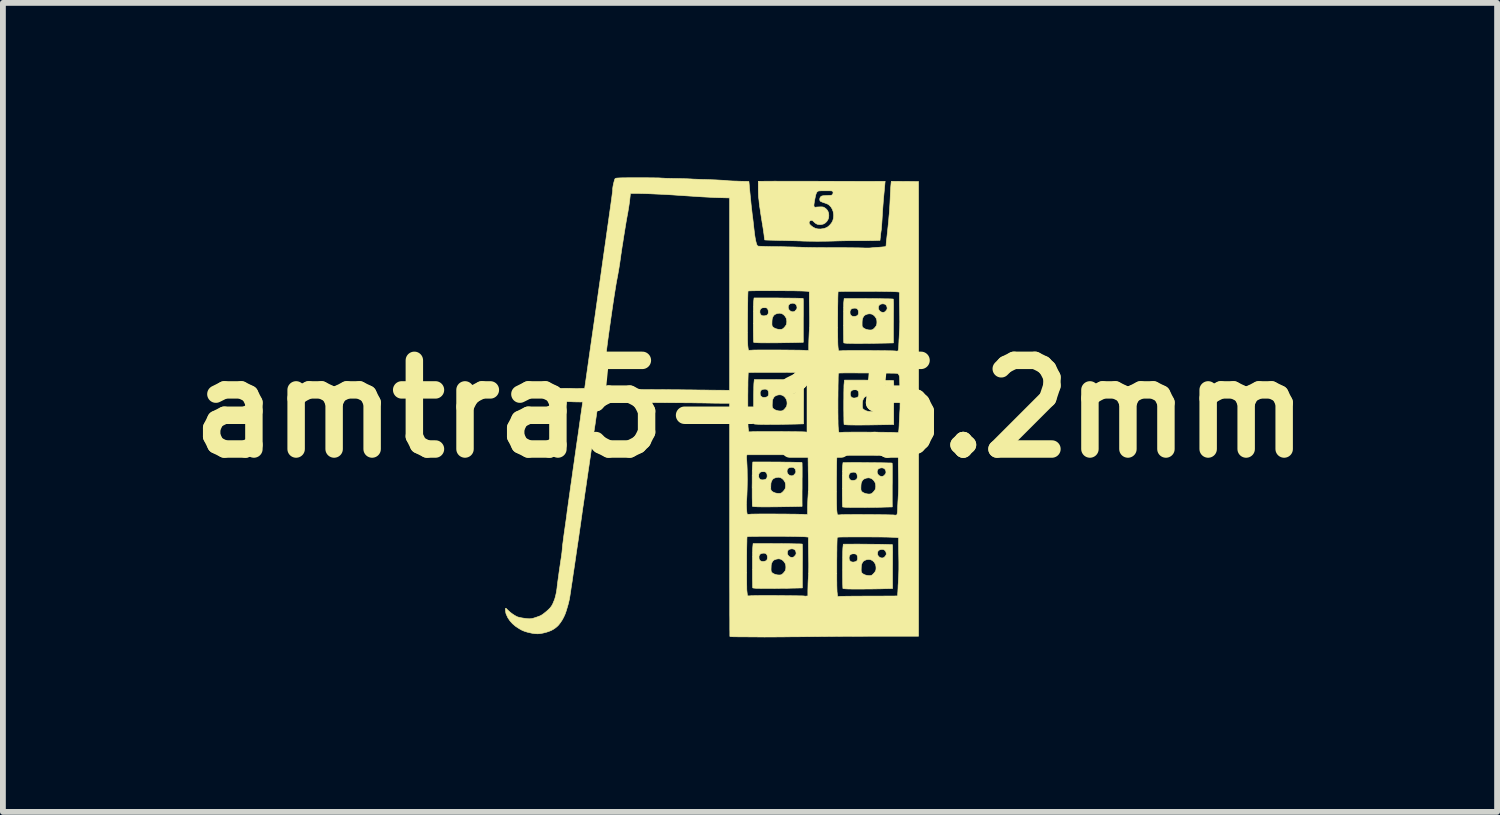
<source format=kicad_pcb>
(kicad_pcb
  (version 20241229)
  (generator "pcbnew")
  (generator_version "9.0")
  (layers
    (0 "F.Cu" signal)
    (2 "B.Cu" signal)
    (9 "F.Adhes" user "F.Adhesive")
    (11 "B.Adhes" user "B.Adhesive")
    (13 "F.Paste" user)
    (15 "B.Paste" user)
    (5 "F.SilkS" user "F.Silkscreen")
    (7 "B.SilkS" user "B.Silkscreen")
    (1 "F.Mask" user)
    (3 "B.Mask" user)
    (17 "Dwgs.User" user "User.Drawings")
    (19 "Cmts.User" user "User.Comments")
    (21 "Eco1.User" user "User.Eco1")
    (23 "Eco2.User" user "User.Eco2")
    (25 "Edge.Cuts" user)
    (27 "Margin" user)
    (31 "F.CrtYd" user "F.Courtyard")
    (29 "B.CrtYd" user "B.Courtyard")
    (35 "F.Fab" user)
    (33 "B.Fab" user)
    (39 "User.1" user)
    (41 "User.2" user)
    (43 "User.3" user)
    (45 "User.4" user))
  (footprint "amtra5-15.2mm"
    (layer "F.Cu")
    (at 9.841 3.978)
    (property "Reference" "amtra5-15.2mm" (at 0 0 0) (layer "F.SilkS") (effects (font (size 1.524 1.524) (thickness 0.3))))
    (attr through_hole)
    (fp_poly (pts (xy 0.283 0.912) (xy 0.337 0.912) (xy 0.393 0.913) (xy 0.451 0.913) (xy 0.508 0.913) (xy 0.565 0.914) (xy 0.62 0.915) (xy 0.673 0.915) (xy 0.722 0.916) (xy 0.766 0.917) (xy 0.806 0.918) (xy 0.839 0.918) (xy 0.865 0.919) (xy 0.883 0.92) (xy 0.892 0.921) (xy 0.892 0.921) (xy 0.894 0.927) (xy 0.895 0.943) (xy 0.895 0.969) (xy 0.896 1.005) (xy 0.896 1.051) (xy 0.896 1.106) (xy 0.896 1.171) (xy 0.895 1.197) (xy 0.895 1.253) (xy 0.895 1.309) (xy 0.895 1.364) (xy 0.894 1.416) (xy 0.894 1.464) (xy 0.894 1.507) (xy 0.894 1.542) (xy 0.894 1.569) (xy 0.894 1.573) (xy 0.895 1.675) (xy 0.761 1.678) (xy 0.706 1.679) (xy 0.646 1.68) (xy 0.585 1.681) (xy 0.523 1.682) (xy 0.46 1.683) (xy 0.4 1.683) (xy 0.341 1.684) (xy 0.287 1.684) (xy 0.237 1.684) (xy 0.193 1.684) (xy 0.157 1.683) (xy 0.129 1.683) (xy 0.121 1.682) (xy 0.094 1.681) (xy 0.071 1.679) (xy 0.054 1.677) (xy 0.044 1.675) (xy 0.042 1.675) (xy 0.041 1.669) (xy 0.04 1.653) (xy 0.039 1.63) (xy 0.039 1.6) (xy 0.038 1.563) (xy 0.037 1.521) (xy 0.037 1.475) (xy 0.037 1.427) (xy 0.037 1.376) (xy 0.036 1.355) (xy 0.356 1.355) (xy 0.357 1.376) (xy 0.359 1.391) (xy 0.365 1.402) (xy 0.373 1.412) (xy 0.384 1.421) (xy 0.407 1.434) (xy 0.436 1.445) (xy 0.466 1.451) (xy 0.496 1.453) (xy 0.522 1.451) (xy 0.538 1.445) (xy 0.552 1.435) (xy 0.569 1.419) (xy 0.585 1.4) (xy 0.598 1.382) (xy 0.603 1.372) (xy 0.609 1.35) (xy 0.611 1.323) (xy 0.61 1.294) (xy 0.605 1.269) (xy 0.6 1.256) (xy 0.578 1.222) (xy 0.552 1.197) (xy 0.523 1.181) (xy 0.491 1.174) (xy 0.456 1.178) (xy 0.439 1.183) (xy 0.414 1.192) (xy 0.397 1.203) (xy 0.384 1.217) (xy 0.373 1.237) (xy 0.373 1.238) (xy 0.366 1.252) (xy 0.362 1.266) (xy 0.359 1.281) (xy 0.358 1.301) (xy 0.357 1.327) (xy 0.356 1.355) (xy 0.036 1.355) (xy 0.036 1.324) (xy 0.037 1.272) (xy 0.037 1.221) (xy 0.037 1.172) (xy 0.037 1.14) (xy 0.148 1.14) (xy 0.15 1.17) (xy 0.158 1.193) (xy 0.174 1.21) (xy 0.196 1.219) (xy 0.224 1.22) (xy 0.257 1.214) (xy 0.258 1.213) (xy 0.277 1.203) (xy 0.289 1.186) (xy 0.294 1.162) (xy 0.295 1.155) (xy 0.292 1.124) (xy 0.283 1.101) (xy 0.268 1.086) (xy 0.247 1.078) (xy 0.23 1.077) (xy 0.198 1.08) (xy 0.175 1.089) (xy 0.159 1.105) (xy 0.15 1.128) (xy 0.148 1.14) (xy 0.037 1.14) (xy 0.038 1.126) (xy 0.038 1.084) (xy 0.038 1.065) (xy 0.636 1.065) (xy 0.638 1.091) (xy 0.649 1.114) (xy 0.668 1.134) (xy 0.682 1.143) (xy 0.706 1.15) (xy 0.73 1.149) (xy 0.748 1.141) (xy 0.756 1.133) (xy 0.767 1.121) (xy 0.772 1.115) (xy 0.782 1.101) (xy 0.786 1.09) (xy 0.787 1.076) (xy 0.786 1.068) (xy 0.78 1.042) (xy 0.766 1.021) (xy 0.745 1.008) (xy 0.719 1.003) (xy 0.702 1.004) (xy 0.676 1.01) (xy 0.658 1.019) (xy 0.646 1.033) (xy 0.643 1.039) (xy 0.636 1.065) (xy 0.038 1.065) (xy 0.039 1.047) (xy 0.04 1.016) (xy 0.041 0.992) (xy 0.042 0.976) (xy 0.042 0.976) (xy 0.048 0.912) (xy 0.231 0.912) (xy 0.283 0.912)) (stroke (width 0.01) (type solid)) (fill yes) (layer "F.SilkS"))
    (fp_poly (pts (xy 0.288 2.314) (xy 0.342 2.314) (xy 0.398 2.315) (xy 0.456 2.315) (xy 0.513 2.315) (xy 0.57 2.316) (xy 0.625 2.317) (xy 0.678 2.317) (xy 0.727 2.318) (xy 0.772 2.319) (xy 0.811 2.32) (xy 0.844 2.32) (xy 0.87 2.321) (xy 0.888 2.322) (xy 0.897 2.323) (xy 0.897 2.323) (xy 0.899 2.329) (xy 0.9 2.345) (xy 0.9 2.371) (xy 0.901 2.407) (xy 0.901 2.453) (xy 0.901 2.508) (xy 0.901 2.573) (xy 0.901 2.599) (xy 0.9 2.655) (xy 0.9 2.711) (xy 0.9 2.766) (xy 0.899 2.818) (xy 0.899 2.866) (xy 0.899 2.909) (xy 0.899 2.944) (xy 0.899 2.971) (xy 0.899 2.975) (xy 0.9 3.077) (xy 0.766 3.08) (xy 0.711 3.081) (xy 0.652 3.083) (xy 0.59 3.084) (xy 0.528 3.084) (xy 0.466 3.085) (xy 0.405 3.086) (xy 0.346 3.086) (xy 0.292 3.086) (xy 0.242 3.086) (xy 0.198 3.086) (xy 0.162 3.085) (xy 0.134 3.085) (xy 0.126 3.084) (xy 0.1 3.083) (xy 0.077 3.081) (xy 0.059 3.079) (xy 0.049 3.077) (xy 0.047 3.077) (xy 0.046 3.071) (xy 0.045 3.055) (xy 0.044 3.032) (xy 0.044 3.002) (xy 0.043 2.965) (xy 0.042 2.923) (xy 0.042 2.878) (xy 0.042 2.829) (xy 0.042 2.778) (xy 0.042 2.757) (xy 0.361 2.757) (xy 0.362 2.778) (xy 0.364 2.793) (xy 0.37 2.804) (xy 0.378 2.814) (xy 0.389 2.823) (xy 0.412 2.836) (xy 0.441 2.847) (xy 0.471 2.853) (xy 0.501 2.855) (xy 0.527 2.853) (xy 0.543 2.848) (xy 0.557 2.837) (xy 0.574 2.821) (xy 0.59 2.802) (xy 0.603 2.784) (xy 0.608 2.774) (xy 0.614 2.752) (xy 0.616 2.725) (xy 0.615 2.697) (xy 0.61 2.671) (xy 0.605 2.658) (xy 0.583 2.624) (xy 0.557 2.599) (xy 0.528 2.583) (xy 0.496 2.576) (xy 0.461 2.58) (xy 0.444 2.585) (xy 0.419 2.594) (xy 0.402 2.605) (xy 0.39 2.619) (xy 0.378 2.639) (xy 0.378 2.64) (xy 0.371 2.654) (xy 0.367 2.668) (xy 0.364 2.683) (xy 0.363 2.703) (xy 0.362 2.729) (xy 0.361 2.757) (xy 0.042 2.757) (xy 0.042 2.726) (xy 0.042 2.674) (xy 0.042 2.623) (xy 0.042 2.574) (xy 0.042 2.542) (xy 0.154 2.542) (xy 0.155 2.572) (xy 0.164 2.595) (xy 0.179 2.612) (xy 0.201 2.621) (xy 0.229 2.623) (xy 0.262 2.616) (xy 0.263 2.616) (xy 0.282 2.605) (xy 0.294 2.588) (xy 0.299 2.564) (xy 0.3 2.557) (xy 0.297 2.526) (xy 0.288 2.503) (xy 0.273 2.488) (xy 0.252 2.48) (xy 0.235 2.479) (xy 0.204 2.482) (xy 0.18 2.492) (xy 0.164 2.508) (xy 0.155 2.53) (xy 0.154 2.542) (xy 0.042 2.542) (xy 0.043 2.528) (xy 0.043 2.486) (xy 0.044 2.467) (xy 0.641 2.467) (xy 0.643 2.493) (xy 0.654 2.516) (xy 0.673 2.536) (xy 0.687 2.545) (xy 0.711 2.552) (xy 0.735 2.551) (xy 0.753 2.543) (xy 0.761 2.535) (xy 0.772 2.523) (xy 0.778 2.517) (xy 0.787 2.504) (xy 0.791 2.492) (xy 0.792 2.478) (xy 0.791 2.47) (xy 0.785 2.444) (xy 0.771 2.423) (xy 0.75 2.41) (xy 0.725 2.405) (xy 0.707 2.406) (xy 0.681 2.412) (xy 0.663 2.421) (xy 0.651 2.435) (xy 0.648 2.441) (xy 0.641 2.467) (xy 0.044 2.467) (xy 0.044 2.449) (xy 0.045 2.418) (xy 0.046 2.394) (xy 0.047 2.378) (xy 0.047 2.378) (xy 0.053 2.314) (xy 0.236 2.314) (xy 0.288 2.314)) (stroke (width 0.01) (type solid)) (fill yes) (layer "F.SilkS"))
    (fp_poly (pts (xy 0.303 -1.907) (xy 0.357 -1.907) (xy 0.414 -1.907) (xy 0.471 -1.907) (xy 0.528 -1.906) (xy 0.585 -1.905) (xy 0.64 -1.905) (xy 0.693 -1.904) (xy 0.742 -1.903) (xy 0.787 -1.903) (xy 0.826 -1.902) (xy 0.859 -1.901) (xy 0.885 -1.9) (xy 0.903 -1.899) (xy 0.912 -1.899) (xy 0.913 -1.898) (xy 0.914 -1.893) (xy 0.915 -1.877) (xy 0.916 -1.851) (xy 0.916 -1.815) (xy 0.916 -1.769) (xy 0.916 -1.713) (xy 0.916 -1.648) (xy 0.916 -1.622) (xy 0.915 -1.566) (xy 0.915 -1.51) (xy 0.915 -1.455) (xy 0.915 -1.403) (xy 0.915 -1.355) (xy 0.915 -1.313) (xy 0.915 -1.277) (xy 0.915 -1.25) (xy 0.915 -1.247) (xy 0.916 -1.145) (xy 0.782 -1.141) (xy 0.726 -1.14) (xy 0.667 -1.139) (xy 0.605 -1.138) (xy 0.543 -1.137) (xy 0.481 -1.136) (xy 0.42 -1.136) (xy 0.362 -1.136) (xy 0.307 -1.135) (xy 0.257 -1.136) (xy 0.214 -1.136) (xy 0.177 -1.136) (xy 0.15 -1.137) (xy 0.141 -1.137) (xy 0.115 -1.139) (xy 0.092 -1.14) (xy 0.074 -1.142) (xy 0.064 -1.144) (xy 0.063 -1.145) (xy 0.062 -1.151) (xy 0.061 -1.166) (xy 0.06 -1.189) (xy 0.059 -1.22) (xy 0.058 -1.256) (xy 0.058 -1.298) (xy 0.057 -1.344) (xy 0.057 -1.393) (xy 0.057 -1.444) (xy 0.057 -1.464) (xy 0.376 -1.464) (xy 0.377 -1.443) (xy 0.38 -1.428) (xy 0.385 -1.417) (xy 0.394 -1.408) (xy 0.404 -1.399) (xy 0.428 -1.385) (xy 0.456 -1.375) (xy 0.486 -1.368) (xy 0.516 -1.366) (xy 0.542 -1.368) (xy 0.558 -1.374) (xy 0.573 -1.384) (xy 0.589 -1.4) (xy 0.605 -1.419) (xy 0.618 -1.438) (xy 0.624 -1.448) (xy 0.629 -1.47) (xy 0.632 -1.497) (xy 0.63 -1.525) (xy 0.625 -1.55) (xy 0.62 -1.564) (xy 0.598 -1.598) (xy 0.573 -1.623) (xy 0.543 -1.639) (xy 0.511 -1.645) (xy 0.476 -1.642) (xy 0.459 -1.637) (xy 0.435 -1.627) (xy 0.418 -1.616) (xy 0.405 -1.602) (xy 0.393 -1.582) (xy 0.393 -1.581) (xy 0.387 -1.567) (xy 0.382 -1.554) (xy 0.38 -1.538) (xy 0.378 -1.518) (xy 0.377 -1.493) (xy 0.376 -1.464) (xy 0.057 -1.464) (xy 0.057 -1.496) (xy 0.057 -1.548) (xy 0.057 -1.599) (xy 0.057 -1.648) (xy 0.058 -1.68) (xy 0.169 -1.68) (xy 0.17 -1.65) (xy 0.179 -1.626) (xy 0.194 -1.61) (xy 0.216 -1.6) (xy 0.244 -1.599) (xy 0.277 -1.606) (xy 0.278 -1.606) (xy 0.298 -1.616) (xy 0.31 -1.633) (xy 0.315 -1.657) (xy 0.315 -1.665) (xy 0.312 -1.695) (xy 0.303 -1.718) (xy 0.289 -1.733) (xy 0.267 -1.741) (xy 0.25 -1.742) (xy 0.219 -1.739) (xy 0.195 -1.73) (xy 0.179 -1.714) (xy 0.17 -1.691) (xy 0.169 -1.68) (xy 0.058 -1.68) (xy 0.058 -1.694) (xy 0.058 -1.736) (xy 0.059 -1.754) (xy 0.656 -1.754) (xy 0.658 -1.729) (xy 0.669 -1.705) (xy 0.688 -1.686) (xy 0.702 -1.677) (xy 0.727 -1.669) (xy 0.75 -1.67) (xy 0.768 -1.678) (xy 0.776 -1.686) (xy 0.787 -1.698) (xy 0.793 -1.705) (xy 0.802 -1.718) (xy 0.807 -1.729) (xy 0.807 -1.744) (xy 0.807 -1.751) (xy 0.8 -1.778) (xy 0.786 -1.798) (xy 0.765 -1.811) (xy 0.74 -1.817) (xy 0.722 -1.816) (xy 0.696 -1.81) (xy 0.679 -1.8) (xy 0.666 -1.786) (xy 0.663 -1.78) (xy 0.656 -1.754) (xy 0.059 -1.754) (xy 0.059 -1.773) (xy 0.06 -1.804) (xy 0.061 -1.828) (xy 0.062 -1.844) (xy 0.062 -1.844) (xy 0.069 -1.907) (xy 0.251 -1.907) (xy 0.303 -1.907)) (stroke (width 0.01) (type solid)) (fill yes) (layer "F.SilkS"))
    (fp_poly (pts (xy 0.308 -0.505) (xy 0.362 -0.505) (xy 0.419 -0.505) (xy 0.476 -0.504) (xy 0.534 -0.504) (xy 0.59 -0.503) (xy 0.646 -0.503) (xy 0.698 -0.502) (xy 0.747 -0.501) (xy 0.792 -0.501) (xy 0.831 -0.5) (xy 0.864 -0.499) (xy 0.89 -0.498) (xy 0.908 -0.497) (xy 0.917 -0.497) (xy 0.918 -0.496) (xy 0.919 -0.49) (xy 0.92 -0.474) (xy 0.921 -0.448) (xy 0.921 -0.412) (xy 0.921 -0.367) (xy 0.921 -0.311) (xy 0.921 -0.246) (xy 0.921 -0.22) (xy 0.921 -0.164) (xy 0.92 -0.108) (xy 0.92 -0.053) (xy 0.92 -0.001) (xy 0.92 0.047) (xy 0.92 0.09) (xy 0.92 0.125) (xy 0.92 0.152) (xy 0.92 0.155) (xy 0.921 0.257) (xy 0.787 0.261) (xy 0.731 0.262) (xy 0.672 0.263) (xy 0.61 0.264) (xy 0.548 0.265) (xy 0.486 0.266) (xy 0.425 0.266) (xy 0.367 0.266) (xy 0.312 0.267) (xy 0.262 0.267) (xy 0.219 0.266) (xy 0.183 0.266) (xy 0.155 0.265) (xy 0.146 0.265) (xy 0.12 0.263) (xy 0.097 0.262) (xy 0.079 0.26) (xy 0.069 0.258) (xy 0.068 0.257) (xy 0.067 0.251) (xy 0.066 0.236) (xy 0.065 0.213) (xy 0.064 0.182) (xy 0.063 0.146) (xy 0.063 0.104) (xy 0.062 0.058) (xy 0.062 0.009) (xy 0.062 -0.042) (xy 0.062 -0.062) (xy 0.381 -0.062) (xy 0.382 -0.041) (xy 0.385 -0.026) (xy 0.39 -0.015) (xy 0.399 -0.006) (xy 0.409 0.003) (xy 0.433 0.017) (xy 0.461 0.027) (xy 0.491 0.034) (xy 0.521 0.036) (xy 0.547 0.034) (xy 0.564 0.028) (xy 0.578 0.018) (xy 0.594 0.002) (xy 0.61 -0.017) (xy 0.623 -0.035) (xy 0.629 -0.046) (xy 0.634 -0.068) (xy 0.637 -0.095) (xy 0.635 -0.123) (xy 0.63 -0.148) (xy 0.625 -0.162) (xy 0.604 -0.196) (xy 0.578 -0.221) (xy 0.548 -0.237) (xy 0.516 -0.243) (xy 0.481 -0.24) (xy 0.464 -0.235) (xy 0.44 -0.225) (xy 0.423 -0.214) (xy 0.41 -0.2) (xy 0.399 -0.18) (xy 0.398 -0.179) (xy 0.392 -0.165) (xy 0.387 -0.152) (xy 0.385 -0.136) (xy 0.383 -0.116) (xy 0.382 -0.091) (xy 0.381 -0.062) (xy 0.062 -0.062) (xy 0.062 -0.094) (xy 0.062 -0.146) (xy 0.062 -0.197) (xy 0.062 -0.246) (xy 0.063 -0.277) (xy 0.174 -0.277) (xy 0.175 -0.248) (xy 0.184 -0.224) (xy 0.2 -0.208) (xy 0.222 -0.198) (xy 0.249 -0.197) (xy 0.282 -0.203) (xy 0.283 -0.204) (xy 0.303 -0.214) (xy 0.315 -0.231) (xy 0.32 -0.255) (xy 0.32 -0.262) (xy 0.317 -0.293) (xy 0.309 -0.316) (xy 0.294 -0.331) (xy 0.272 -0.339) (xy 0.255 -0.34) (xy 0.224 -0.337) (xy 0.2 -0.328) (xy 0.184 -0.312) (xy 0.175 -0.289) (xy 0.174 -0.277) (xy 0.063 -0.277) (xy 0.063 -0.292) (xy 0.064 -0.334) (xy 0.064 -0.352) (xy 0.661 -0.352) (xy 0.663 -0.327) (xy 0.674 -0.303) (xy 0.693 -0.284) (xy 0.707 -0.275) (xy 0.732 -0.267) (xy 0.755 -0.268) (xy 0.773 -0.276) (xy 0.781 -0.284) (xy 0.793 -0.296) (xy 0.798 -0.303) (xy 0.807 -0.316) (xy 0.812 -0.327) (xy 0.812 -0.342) (xy 0.812 -0.349) (xy 0.805 -0.376) (xy 0.791 -0.396) (xy 0.77 -0.409) (xy 0.745 -0.415) (xy 0.727 -0.414) (xy 0.702 -0.408) (xy 0.684 -0.398) (xy 0.671 -0.384) (xy 0.668 -0.378) (xy 0.661 -0.352) (xy 0.064 -0.352) (xy 0.064 -0.371) (xy 0.065 -0.402) (xy 0.066 -0.426) (xy 0.067 -0.441) (xy 0.067 -0.442) (xy 0.074 -0.505) (xy 0.257 -0.505) (xy 0.308 -0.505)) (stroke (width 0.01) (type solid)) (fill yes) (layer "F.SilkS"))
    (fp_poly (pts (xy 1.832 0.922) (xy 1.886 0.922) (xy 1.943 0.923) (xy 2 0.923) (xy 2.058 0.924) (xy 2.114 0.924) (xy 2.17 0.925) (xy 2.222 0.925) (xy 2.271 0.926) (xy 2.316 0.927) (xy 2.355 0.928) (xy 2.388 0.929) (xy 2.414 0.929) (xy 2.432 0.93) (xy 2.441 0.931) (xy 2.442 0.931) (xy 2.443 0.937) (xy 2.444 0.953) (xy 2.445 0.979) (xy 2.445 1.015) (xy 2.445 1.061) (xy 2.445 1.116) (xy 2.445 1.182) (xy 2.445 1.208) (xy 2.445 1.263) (xy 2.444 1.319) (xy 2.444 1.374) (xy 2.444 1.427) (xy 2.444 1.475) (xy 2.444 1.517) (xy 2.444 1.552) (xy 2.444 1.579) (xy 2.444 1.583) (xy 2.445 1.685) (xy 2.311 1.688) (xy 2.255 1.69) (xy 2.196 1.691) (xy 2.134 1.692) (xy 2.072 1.692) (xy 2.01 1.693) (xy 1.949 1.694) (xy 1.891 1.694) (xy 1.836 1.694) (xy 1.786 1.694) (xy 1.743 1.694) (xy 1.707 1.693) (xy 1.679 1.693) (xy 1.67 1.692) (xy 1.644 1.691) (xy 1.621 1.689) (xy 1.603 1.687) (xy 1.593 1.686) (xy 1.592 1.685) (xy 1.591 1.679) (xy 1.59 1.664) (xy 1.589 1.64) (xy 1.588 1.61) (xy 1.587 1.573) (xy 1.587 1.531) (xy 1.586 1.486) (xy 1.586 1.437) (xy 1.586 1.386) (xy 1.586 1.365) (xy 1.905 1.365) (xy 1.906 1.386) (xy 1.909 1.401) (xy 1.914 1.412) (xy 1.923 1.422) (xy 1.933 1.431) (xy 1.957 1.444) (xy 1.985 1.455) (xy 2.015 1.461) (xy 2.045 1.464) (xy 2.071 1.461) (xy 2.088 1.456) (xy 2.102 1.445) (xy 2.118 1.429) (xy 2.134 1.411) (xy 2.147 1.392) (xy 2.153 1.382) (xy 2.158 1.36) (xy 2.161 1.333) (xy 2.159 1.305) (xy 2.154 1.279) (xy 2.149 1.266) (xy 2.128 1.232) (xy 2.102 1.207) (xy 2.072 1.191) (xy 2.04 1.184) (xy 2.005 1.188) (xy 1.988 1.193) (xy 1.964 1.203) (xy 1.947 1.213) (xy 1.934 1.228) (xy 1.923 1.247) (xy 1.922 1.248) (xy 1.916 1.263) (xy 1.911 1.276) (xy 1.909 1.291) (xy 1.907 1.311) (xy 1.906 1.337) (xy 1.905 1.365) (xy 1.586 1.365) (xy 1.586 1.334) (xy 1.586 1.282) (xy 1.586 1.231) (xy 1.586 1.182) (xy 1.587 1.15) (xy 1.698 1.15) (xy 1.699 1.18) (xy 1.708 1.203) (xy 1.724 1.22) (xy 1.746 1.229) (xy 1.773 1.231) (xy 1.806 1.224) (xy 1.807 1.224) (xy 1.827 1.213) (xy 1.839 1.196) (xy 1.844 1.173) (xy 1.844 1.165) (xy 1.841 1.134) (xy 1.833 1.111) (xy 1.818 1.096) (xy 1.796 1.088) (xy 1.779 1.087) (xy 1.748 1.09) (xy 1.724 1.1) (xy 1.708 1.116) (xy 1.699 1.138) (xy 1.698 1.15) (xy 1.587 1.15) (xy 1.587 1.136) (xy 1.588 1.094) (xy 1.588 1.075) (xy 2.185 1.075) (xy 2.187 1.101) (xy 2.198 1.124) (xy 2.217 1.144) (xy 2.231 1.153) (xy 2.256 1.16) (xy 2.279 1.159) (xy 2.297 1.151) (xy 2.305 1.143) (xy 2.317 1.131) (xy 2.322 1.125) (xy 2.331 1.112) (xy 2.336 1.1) (xy 2.336 1.086) (xy 2.336 1.078) (xy 2.329 1.052) (xy 2.315 1.032) (xy 2.294 1.018) (xy 2.269 1.013) (xy 2.251 1.014) (xy 2.226 1.02) (xy 2.208 1.029) (xy 2.195 1.044) (xy 2.192 1.05) (xy 2.185 1.075) (xy 1.588 1.075) (xy 1.588 1.057) (xy 1.589 1.026) (xy 1.59 1.002) (xy 1.591 0.986) (xy 1.591 0.986) (xy 1.598 0.923) (xy 1.781 0.922) (xy 1.832 0.922)) (stroke (width 0.01) (type solid)) (fill yes) (layer "F.SilkS"))
    (fp_poly (pts (xy 1.837 2.324) (xy 1.891 2.324) (xy 1.948 2.325) (xy 2.005 2.325) (xy 2.063 2.326) (xy 2.119 2.326) (xy 2.175 2.327) (xy 2.227 2.327) (xy 2.276 2.328) (xy 2.321 2.329) (xy 2.36 2.33) (xy 2.393 2.331) (xy 2.419 2.331) (xy 2.437 2.332) (xy 2.446 2.333) (xy 2.447 2.333) (xy 2.448 2.339) (xy 2.449 2.355) (xy 2.45 2.381) (xy 2.45 2.417) (xy 2.451 2.463) (xy 2.45 2.518) (xy 2.45 2.584) (xy 2.45 2.61) (xy 2.45 2.665) (xy 2.449 2.722) (xy 2.449 2.776) (xy 2.449 2.829) (xy 2.449 2.877) (xy 2.449 2.919) (xy 2.449 2.955) (xy 2.449 2.982) (xy 2.449 2.985) (xy 2.45 3.087) (xy 2.316 3.09) (xy 2.26 3.092) (xy 2.201 3.093) (xy 2.14 3.094) (xy 2.077 3.095) (xy 2.015 3.095) (xy 1.954 3.096) (xy 1.896 3.096) (xy 1.841 3.096) (xy 1.791 3.096) (xy 1.748 3.096) (xy 1.712 3.095) (xy 1.684 3.095) (xy 1.676 3.094) (xy 1.649 3.093) (xy 1.626 3.091) (xy 1.608 3.089) (xy 1.598 3.088) (xy 1.597 3.087) (xy 1.596 3.081) (xy 1.595 3.066) (xy 1.594 3.042) (xy 1.593 3.012) (xy 1.592 2.975) (xy 1.592 2.933) (xy 1.591 2.888) (xy 1.591 2.839) (xy 1.591 2.788) (xy 1.591 2.768) (xy 1.91 2.768) (xy 1.911 2.788) (xy 1.914 2.803) (xy 1.919 2.814) (xy 1.928 2.824) (xy 1.939 2.833) (xy 1.962 2.847) (xy 1.99 2.857) (xy 2.021 2.863) (xy 2.05 2.866) (xy 2.076 2.863) (xy 2.093 2.858) (xy 2.107 2.847) (xy 2.123 2.831) (xy 2.139 2.813) (xy 2.152 2.794) (xy 2.158 2.784) (xy 2.164 2.762) (xy 2.166 2.735) (xy 2.164 2.707) (xy 2.159 2.681) (xy 2.154 2.668) (xy 2.133 2.634) (xy 2.107 2.609) (xy 2.077 2.593) (xy 2.045 2.587) (xy 2.01 2.59) (xy 1.993 2.595) (xy 1.969 2.605) (xy 1.952 2.615) (xy 1.939 2.63) (xy 1.928 2.65) (xy 1.927 2.65) (xy 1.921 2.665) (xy 1.917 2.678) (xy 1.914 2.693) (xy 1.912 2.713) (xy 1.911 2.739) (xy 1.91 2.768) (xy 1.591 2.768) (xy 1.591 2.736) (xy 1.591 2.684) (xy 1.591 2.633) (xy 1.592 2.584) (xy 1.592 2.552) (xy 1.703 2.552) (xy 1.704 2.582) (xy 1.713 2.605) (xy 1.729 2.622) (xy 1.751 2.631) (xy 1.778 2.633) (xy 1.811 2.626) (xy 1.812 2.626) (xy 1.832 2.615) (xy 1.844 2.599) (xy 1.849 2.575) (xy 1.849 2.567) (xy 1.846 2.536) (xy 1.838 2.513) (xy 1.823 2.498) (xy 1.801 2.491) (xy 1.784 2.489) (xy 1.753 2.492) (xy 1.729 2.502) (xy 1.713 2.518) (xy 1.705 2.54) (xy 1.703 2.552) (xy 1.592 2.552) (xy 1.592 2.538) (xy 1.593 2.496) (xy 1.593 2.477) (xy 2.19 2.477) (xy 2.192 2.503) (xy 2.203 2.526) (xy 2.222 2.546) (xy 2.236 2.555) (xy 2.261 2.562) (xy 2.284 2.561) (xy 2.302 2.553) (xy 2.311 2.546) (xy 2.322 2.533) (xy 2.327 2.527) (xy 2.336 2.514) (xy 2.341 2.502) (xy 2.341 2.488) (xy 2.341 2.48) (xy 2.334 2.454) (xy 2.32 2.434) (xy 2.3 2.42) (xy 2.274 2.415) (xy 2.256 2.416) (xy 2.231 2.422) (xy 2.213 2.431) (xy 2.2 2.446) (xy 2.197 2.452) (xy 2.19 2.477) (xy 1.593 2.477) (xy 1.593 2.459) (xy 1.594 2.428) (xy 1.595 2.404) (xy 1.596 2.388) (xy 1.596 2.388) (xy 1.603 2.325) (xy 1.786 2.324) (xy 1.837 2.324)) (stroke (width 0.01) (type solid)) (fill yes) (layer "F.SilkS"))
    (fp_poly (pts (xy 1.852 -1.897) (xy 1.907 -1.897) (xy 1.963 -1.897) (xy 2.02 -1.896) (xy 2.078 -1.896) (xy 2.135 -1.895) (xy 2.19 -1.895) (xy 2.242 -1.894) (xy 2.291 -1.893) (xy 2.336 -1.892) (xy 2.375 -1.892) (xy 2.409 -1.891) (xy 2.435 -1.89) (xy 2.452 -1.889) (xy 2.461 -1.888) (xy 2.462 -1.888) (xy 2.463 -1.882) (xy 2.464 -1.866) (xy 2.465 -1.84) (xy 2.466 -1.804) (xy 2.466 -1.759) (xy 2.466 -1.703) (xy 2.465 -1.638) (xy 2.465 -1.612) (xy 2.465 -1.556) (xy 2.465 -1.5) (xy 2.464 -1.445) (xy 2.464 -1.393) (xy 2.464 -1.345) (xy 2.464 -1.302) (xy 2.464 -1.267) (xy 2.464 -1.24) (xy 2.464 -1.237) (xy 2.465 -1.134) (xy 2.331 -1.131) (xy 2.275 -1.13) (xy 2.216 -1.129) (xy 2.155 -1.128) (xy 2.092 -1.127) (xy 2.03 -1.126) (xy 1.969 -1.126) (xy 1.911 -1.125) (xy 1.856 -1.125) (xy 1.807 -1.125) (xy 1.763 -1.126) (xy 1.727 -1.126) (xy 1.699 -1.127) (xy 1.691 -1.127) (xy 1.664 -1.128) (xy 1.641 -1.13) (xy 1.624 -1.132) (xy 1.614 -1.134) (xy 1.612 -1.135) (xy 1.611 -1.141) (xy 1.61 -1.156) (xy 1.609 -1.179) (xy 1.608 -1.21) (xy 1.608 -1.246) (xy 1.607 -1.288) (xy 1.607 -1.334) (xy 1.606 -1.383) (xy 1.606 -1.434) (xy 1.606 -1.454) (xy 1.926 -1.454) (xy 1.926 -1.433) (xy 1.929 -1.418) (xy 1.934 -1.407) (xy 1.943 -1.397) (xy 1.954 -1.389) (xy 1.977 -1.375) (xy 2.005 -1.365) (xy 2.036 -1.358) (xy 2.065 -1.356) (xy 2.092 -1.358) (xy 2.108 -1.364) (xy 2.122 -1.374) (xy 2.139 -1.39) (xy 2.155 -1.409) (xy 2.168 -1.427) (xy 2.173 -1.438) (xy 2.179 -1.459) (xy 2.181 -1.487) (xy 2.18 -1.515) (xy 2.175 -1.54) (xy 2.17 -1.554) (xy 2.148 -1.588) (xy 2.122 -1.613) (xy 2.093 -1.629) (xy 2.06 -1.635) (xy 2.026 -1.632) (xy 2.009 -1.627) (xy 1.984 -1.617) (xy 1.967 -1.606) (xy 1.954 -1.592) (xy 1.943 -1.572) (xy 1.942 -1.571) (xy 1.936 -1.557) (xy 1.932 -1.543) (xy 1.929 -1.528) (xy 1.927 -1.508) (xy 1.926 -1.483) (xy 1.926 -1.454) (xy 1.606 -1.454) (xy 1.606 -1.486) (xy 1.606 -1.538) (xy 1.606 -1.589) (xy 1.607 -1.638) (xy 1.607 -1.669) (xy 1.718 -1.669) (xy 1.719 -1.64) (xy 1.728 -1.616) (xy 1.744 -1.6) (xy 1.766 -1.59) (xy 1.794 -1.589) (xy 1.826 -1.595) (xy 1.827 -1.596) (xy 1.847 -1.606) (xy 1.859 -1.623) (xy 1.864 -1.647) (xy 1.864 -1.654) (xy 1.862 -1.685) (xy 1.853 -1.708) (xy 1.838 -1.723) (xy 1.816 -1.731) (xy 1.8 -1.732) (xy 1.768 -1.729) (xy 1.745 -1.72) (xy 1.729 -1.704) (xy 1.72 -1.681) (xy 1.718 -1.669) (xy 1.607 -1.669) (xy 1.607 -1.684) (xy 1.608 -1.726) (xy 1.608 -1.744) (xy 2.205 -1.744) (xy 2.208 -1.719) (xy 2.219 -1.695) (xy 2.237 -1.676) (xy 2.252 -1.667) (xy 2.276 -1.659) (xy 2.3 -1.66) (xy 2.317 -1.668) (xy 2.326 -1.676) (xy 2.337 -1.688) (xy 2.342 -1.695) (xy 2.352 -1.708) (xy 2.356 -1.719) (xy 2.356 -1.734) (xy 2.356 -1.741) (xy 2.349 -1.768) (xy 2.335 -1.788) (xy 2.315 -1.801) (xy 2.289 -1.806) (xy 2.272 -1.806) (xy 2.246 -1.8) (xy 2.228 -1.79) (xy 2.216 -1.776) (xy 2.212 -1.77) (xy 2.205 -1.744) (xy 1.608 -1.744) (xy 1.609 -1.763) (xy 1.609 -1.794) (xy 1.61 -1.818) (xy 1.611 -1.833) (xy 1.611 -1.834) (xy 1.618 -1.897) (xy 1.801 -1.897) (xy 1.852 -1.897)) (stroke (width 0.01) (type solid)) (fill yes) (layer "F.SilkS"))
    (fp_poly (pts (xy 1.857 -0.495) (xy 1.912 -0.495) (xy 1.968 -0.495) (xy 2.025 -0.494) (xy 2.083 -0.494) (xy 2.14 -0.493) (xy 2.195 -0.493) (xy 2.247 -0.492) (xy 2.297 -0.491) (xy 2.341 -0.49) (xy 2.381 -0.49) (xy 2.414 -0.489) (xy 2.44 -0.488) (xy 2.458 -0.487) (xy 2.466 -0.486) (xy 2.467 -0.486) (xy 2.468 -0.48) (xy 2.469 -0.464) (xy 2.47 -0.438) (xy 2.471 -0.402) (xy 2.471 -0.357) (xy 2.471 -0.301) (xy 2.47 -0.236) (xy 2.47 -0.21) (xy 2.47 -0.154) (xy 2.47 -0.098) (xy 2.469 -0.043) (xy 2.469 0.009) (xy 2.469 0.057) (xy 2.469 0.1) (xy 2.469 0.135) (xy 2.469 0.162) (xy 2.469 0.166) (xy 2.47 0.268) (xy 2.336 0.271) (xy 2.28 0.272) (xy 2.221 0.273) (xy 2.16 0.274) (xy 2.097 0.275) (xy 2.035 0.276) (xy 1.974 0.276) (xy 1.916 0.277) (xy 1.861 0.277) (xy 1.812 0.277) (xy 1.768 0.276) (xy 1.732 0.276) (xy 1.704 0.275) (xy 1.696 0.275) (xy 1.669 0.274) (xy 1.646 0.272) (xy 1.629 0.27) (xy 1.619 0.268) (xy 1.617 0.268) (xy 1.616 0.261) (xy 1.615 0.246) (xy 1.614 0.223) (xy 1.613 0.192) (xy 1.613 0.156) (xy 1.612 0.114) (xy 1.612 0.068) (xy 1.611 0.019) (xy 1.611 -0.031) (xy 1.611 -0.052) (xy 1.931 -0.052) (xy 1.931 -0.031) (xy 1.934 -0.016) (xy 1.939 -0.005) (xy 1.948 0.005) (xy 1.959 0.013) (xy 1.982 0.027) (xy 2.01 0.037) (xy 2.041 0.044) (xy 2.071 0.046) (xy 2.097 0.044) (xy 2.113 0.038) (xy 2.127 0.028) (xy 2.144 0.012) (xy 2.16 -0.007) (xy 2.173 -0.025) (xy 2.178 -0.036) (xy 2.184 -0.057) (xy 2.186 -0.084) (xy 2.185 -0.113) (xy 2.18 -0.138) (xy 2.175 -0.152) (xy 2.153 -0.186) (xy 2.127 -0.211) (xy 2.098 -0.226) (xy 2.066 -0.233) (xy 2.031 -0.23) (xy 2.014 -0.225) (xy 1.989 -0.215) (xy 1.972 -0.204) (xy 1.959 -0.19) (xy 1.948 -0.17) (xy 1.948 -0.169) (xy 1.941 -0.155) (xy 1.937 -0.141) (xy 1.934 -0.126) (xy 1.932 -0.106) (xy 1.931 -0.081) (xy 1.931 -0.052) (xy 1.611 -0.052) (xy 1.611 -0.083) (xy 1.611 -0.135) (xy 1.612 -0.186) (xy 1.612 -0.236) (xy 1.612 -0.267) (xy 1.723 -0.267) (xy 1.724 -0.237) (xy 1.733 -0.214) (xy 1.749 -0.197) (xy 1.771 -0.188) (xy 1.799 -0.187) (xy 1.831 -0.193) (xy 1.833 -0.194) (xy 1.852 -0.204) (xy 1.864 -0.221) (xy 1.869 -0.245) (xy 1.869 -0.252) (xy 1.867 -0.283) (xy 1.858 -0.306) (xy 1.843 -0.321) (xy 1.822 -0.329) (xy 1.805 -0.33) (xy 1.773 -0.327) (xy 1.75 -0.318) (xy 1.734 -0.302) (xy 1.725 -0.279) (xy 1.723 -0.267) (xy 1.612 -0.267) (xy 1.612 -0.282) (xy 1.613 -0.324) (xy 1.613 -0.342) (xy 2.21 -0.342) (xy 2.213 -0.317) (xy 2.224 -0.293) (xy 2.242 -0.273) (xy 2.257 -0.265) (xy 2.281 -0.257) (xy 2.305 -0.258) (xy 2.322 -0.266) (xy 2.331 -0.274) (xy 2.342 -0.286) (xy 2.347 -0.292) (xy 2.357 -0.306) (xy 2.361 -0.317) (xy 2.362 -0.332) (xy 2.361 -0.339) (xy 2.354 -0.365) (xy 2.34 -0.386) (xy 2.32 -0.399) (xy 2.294 -0.404) (xy 2.277 -0.403) (xy 2.251 -0.398) (xy 2.233 -0.388) (xy 2.221 -0.374) (xy 2.218 -0.368) (xy 2.21 -0.342) (xy 1.613 -0.342) (xy 1.614 -0.361) (xy 1.614 -0.392) (xy 1.615 -0.415) (xy 1.617 -0.431) (xy 1.617 -0.432) (xy 1.623 -0.495) (xy 1.806 -0.495) (xy 1.857 -0.495)) (stroke (width 0.01) (type solid)) (fill yes) (layer "F.SilkS"))
    (fp_poly (pts (xy 0.442 -3.914) (xy 0.45 -3.914) (xy 0.467 -3.913) (xy 0.494 -3.913) (xy 0.529 -3.913) (xy 0.573 -3.913) (xy 0.624 -3.913) (xy 0.682 -3.913) (xy 0.746 -3.913) (xy 0.816 -3.913) (xy 0.892 -3.913) (xy 0.973 -3.913) (xy 1.058 -3.913) (xy 1.147 -3.913) (xy 1.239 -3.912) (xy 1.334 -3.912) (xy 1.396 -3.912) (xy 2.323 -3.911) (xy 2.32 -3.892) (xy 2.319 -3.884) (xy 2.318 -3.869) (xy 2.316 -3.848) (xy 2.313 -3.819) (xy 2.31 -3.783) (xy 2.306 -3.739) (xy 2.301 -3.686) (xy 2.295 -3.624) (xy 2.289 -3.553) (xy 2.289 -3.546) (xy 2.286 -3.511) (xy 2.283 -3.47) (xy 2.28 -3.427) (xy 2.277 -3.386) (xy 2.276 -3.365) (xy 2.272 -3.303) (xy 2.269 -3.25) (xy 2.266 -3.204) (xy 2.263 -3.165) (xy 2.26 -3.131) (xy 2.258 -3.101) (xy 2.255 -3.074) (xy 2.251 -3.048) (xy 2.25 -3.04) (xy 2.246 -3.011) (xy 2.243 -2.981) (xy 2.24 -2.955) (xy 2.238 -2.935) (xy 2.237 -2.933) (xy 2.234 -2.897) (xy 2.114 -2.893) (xy 2.081 -2.893) (xy 2.04 -2.892) (xy 1.993 -2.891) (xy 1.942 -2.891) (xy 1.889 -2.891) (xy 1.835 -2.891) (xy 1.783 -2.891) (xy 1.778 -2.891) (xy 1.727 -2.891) (xy 1.676 -2.891) (xy 1.625 -2.89) (xy 1.577 -2.889) (xy 1.534 -2.888) (xy 1.496 -2.887) (xy 1.467 -2.886) (xy 1.463 -2.886) (xy 1.433 -2.885) (xy 1.394 -2.884) (xy 1.349 -2.883) (xy 1.298 -2.882) (xy 1.244 -2.882) (xy 1.188 -2.881) (xy 1.131 -2.881) (xy 1.075 -2.882) (xy 1.022 -2.882) (xy 0.974 -2.883) (xy 0.931 -2.884) (xy 0.896 -2.885) (xy 0.879 -2.886) (xy 0.861 -2.887) (xy 0.835 -2.887) (xy 0.801 -2.889) (xy 0.761 -2.89) (xy 0.715 -2.891) (xy 0.665 -2.892) (xy 0.612 -2.894) (xy 0.558 -2.895) (xy 0.536 -2.895) (xy 0.484 -2.896) (xy 0.434 -2.898) (xy 0.389 -2.899) (xy 0.349 -2.9) (xy 0.314 -2.901) (xy 0.287 -2.902) (xy 0.267 -2.903) (xy 0.255 -2.904) (xy 0.253 -2.905) (xy 0.251 -2.911) (xy 0.249 -2.925) (xy 0.246 -2.945) (xy 0.244 -2.96) (xy 0.242 -2.983) (xy 0.238 -3.013) (xy 0.233 -3.047) (xy 0.228 -3.082) (xy 0.224 -3.108) (xy 0.212 -3.183) (xy 0.209 -3.201) (xy 1.016 -3.201) (xy 1.017 -3.19) (xy 1.021 -3.18) (xy 1.03 -3.169) (xy 1.045 -3.153) (xy 1.082 -3.124) (xy 1.122 -3.104) (xy 1.167 -3.093) (xy 1.214 -3.092) (xy 1.265 -3.099) (xy 1.275 -3.102) (xy 1.304 -3.112) (xy 1.327 -3.123) (xy 1.35 -3.14) (xy 1.37 -3.159) (xy 1.4 -3.194) (xy 1.421 -3.232) (xy 1.433 -3.274) (xy 1.437 -3.321) (xy 1.436 -3.345) (xy 1.429 -3.391) (xy 1.413 -3.434) (xy 1.39 -3.472) (xy 1.36 -3.503) (xy 1.35 -3.51) (xy 1.338 -3.518) (xy 1.318 -3.527) (xy 1.294 -3.536) (xy 1.273 -3.543) (xy 1.249 -3.551) (xy 1.228 -3.56) (xy 1.213 -3.567) (xy 1.206 -3.572) (xy 1.2 -3.585) (xy 1.198 -3.603) (xy 1.201 -3.622) (xy 1.207 -3.636) (xy 1.215 -3.646) (xy 1.223 -3.654) (xy 1.235 -3.659) (xy 1.251 -3.663) (xy 1.273 -3.665) (xy 1.302 -3.667) (xy 1.321 -3.668) (xy 1.352 -3.669) (xy 1.374 -3.67) (xy 1.389 -3.671) (xy 1.399 -3.673) (xy 1.406 -3.676) (xy 1.412 -3.68) (xy 1.414 -3.683) (xy 1.424 -3.698) (xy 1.428 -3.716) (xy 1.424 -3.733) (xy 1.419 -3.74) (xy 1.416 -3.743) (xy 1.41 -3.745) (xy 1.402 -3.747) (xy 1.39 -3.748) (xy 1.372 -3.749) (xy 1.347 -3.749) (xy 1.314 -3.749) (xy 1.296 -3.749) (xy 1.258 -3.749) (xy 1.23 -3.749) (xy 1.208 -3.748) (xy 1.193 -3.747) (xy 1.182 -3.746) (xy 1.174 -3.744) (xy 1.168 -3.741) (xy 1.164 -3.739) (xy 1.155 -3.732) (xy 1.147 -3.722) (xy 1.14 -3.708) (xy 1.133 -3.689) (xy 1.126 -3.664) (xy 1.119 -3.631) (xy 1.111 -3.59) (xy 1.109 -3.581) (xy 1.103 -3.543) (xy 1.099 -3.514) (xy 1.098 -3.493) (xy 1.101 -3.478) (xy 1.108 -3.47) (xy 1.118 -3.466) (xy 1.132 -3.467) (xy 1.137 -3.468) (xy 1.153 -3.47) (xy 1.175 -3.471) (xy 1.2 -3.472) (xy 1.209 -3.472) (xy 1.233 -3.472) (xy 1.249 -3.471) (xy 1.262 -3.468) (xy 1.273 -3.463) (xy 1.281 -3.458) (xy 1.306 -3.44) (xy 1.326 -3.418) (xy 1.342 -3.39) (xy 1.351 -3.361) (xy 1.354 -3.327) (xy 1.352 -3.293) (xy 1.343 -3.261) (xy 1.34 -3.256) (xy 1.32 -3.222) (xy 1.293 -3.196) (xy 1.262 -3.178) (xy 1.227 -3.169) (xy 1.209 -3.168) (xy 1.178 -3.169) (xy 1.153 -3.175) (xy 1.132 -3.186) (xy 1.111 -3.202) (xy 1.102 -3.211) (xy 1.086 -3.226) (xy 1.074 -3.236) (xy 1.064 -3.24) (xy 1.056 -3.241) (xy 1.037 -3.237) (xy 1.023 -3.224) (xy 1.016 -3.206) (xy 1.016 -3.201) (xy 0.209 -3.201) (xy 0.201 -3.249) (xy 0.192 -3.306) (xy 0.184 -3.356) (xy 0.178 -3.398) (xy 0.173 -3.434) (xy 0.168 -3.465) (xy 0.164 -3.49) (xy 0.162 -3.512) (xy 0.159 -3.529) (xy 0.158 -3.544) (xy 0.157 -3.548) (xy 0.155 -3.575) (xy 0.152 -3.602) (xy 0.149 -3.624) (xy 0.147 -3.635) (xy 0.146 -3.649) (xy 0.145 -3.671) (xy 0.144 -3.699) (xy 0.143 -3.732) (xy 0.142 -3.768) (xy 0.142 -3.788) (xy 0.142 -3.912) (xy 0.278 -3.913) (xy 0.316 -3.913) (xy 0.352 -3.913) (xy 0.384 -3.913) (xy 0.411 -3.914) (xy 0.431 -3.914) (xy 0.442 -3.914)) (stroke (width 0.01) (type solid)) (fill yes) (layer "F.SilkS"))
    (fp_poly (pts (xy -1.878 -3.973) (xy -1.823 -3.973) (xy -1.769 -3.973) (xy -1.718 -3.972) (xy -1.671 -3.972) (xy -1.629 -3.971) (xy -1.592 -3.971) (xy -1.563 -3.97) (xy -1.542 -3.969) (xy -1.532 -3.968) (xy -1.514 -3.967) (xy -1.489 -3.966) (xy -1.456 -3.964) (xy -1.418 -3.963) (xy -1.376 -3.962) (xy -1.332 -3.961) (xy -1.295 -3.96) (xy -1.248 -3.96) (xy -1.2 -3.959) (xy -1.154 -3.957) (xy -1.11 -3.956) (xy -1.071 -3.955) (xy -1.04 -3.953) (xy -1.024 -3.953) (xy -0.997 -3.951) (xy -0.962 -3.949) (xy -0.921 -3.948) (xy -0.876 -3.946) (xy -0.829 -3.944) (xy -0.782 -3.943) (xy -0.759 -3.942) (xy -0.668 -3.939) (xy -0.587 -3.936) (xy -0.516 -3.932) (xy -0.455 -3.929) (xy -0.405 -3.925) (xy -0.371 -3.921) (xy -0.355 -3.92) (xy -0.33 -3.919) (xy -0.298 -3.917) (xy -0.262 -3.916) (xy -0.223 -3.915) (xy -0.182 -3.913) (xy -0.174 -3.913) (xy -0.02 -3.91) (xy -0.018 -3.894) (xy -0.017 -3.883) (xy -0.015 -3.865) (xy -0.013 -3.841) (xy -0.011 -3.815) (xy -0.011 -3.813) (xy -0.007 -3.775) (xy -0.003 -3.731) (xy 0.002 -3.681) (xy 0.007 -3.628) (xy 0.013 -3.573) (xy 0.018 -3.518) (xy 0.024 -3.465) (xy 0.03 -3.415) (xy 0.035 -3.37) (xy 0.039 -3.332) (xy 0.043 -3.305) (xy 0.048 -3.268) (xy 0.053 -3.226) (xy 0.058 -3.181) (xy 0.063 -3.137) (xy 0.066 -3.109) (xy 0.073 -3.048) (xy 0.08 -2.991) (xy 0.088 -2.941) (xy 0.096 -2.897) (xy 0.105 -2.861) (xy 0.112 -2.835) (xy 0.12 -2.817) (xy 0.126 -2.806) (xy 0.134 -2.8) (xy 0.14 -2.798) (xy 0.147 -2.797) (xy 0.164 -2.796) (xy 0.19 -2.795) (xy 0.222 -2.794) (xy 0.261 -2.792) (xy 0.306 -2.791) (xy 0.355 -2.79) (xy 0.407 -2.789) (xy 0.46 -2.789) (xy 0.52 -2.788) (xy 0.581 -2.787) (xy 0.642 -2.785) (xy 0.702 -2.784) (xy 0.758 -2.783) (xy 0.809 -2.781) (xy 0.854 -2.78) (xy 0.891 -2.778) (xy 0.907 -2.778) (xy 0.944 -2.776) (xy 0.991 -2.775) (xy 1.047 -2.774) (xy 1.11 -2.773) (xy 1.181 -2.772) (xy 1.258 -2.772) (xy 1.34 -2.771) (xy 1.426 -2.771) (xy 1.438 -2.771) (xy 1.503 -2.771) (xy 1.568 -2.771) (xy 1.631 -2.771) (xy 1.691 -2.77) (xy 1.748 -2.77) (xy 1.799 -2.769) (xy 1.845 -2.769) (xy 1.884 -2.768) (xy 1.914 -2.767) (xy 1.933 -2.767) (xy 1.985 -2.765) (xy 2.028 -2.765) (xy 2.062 -2.766) (xy 2.083 -2.768) (xy 2.102 -2.77) (xy 2.129 -2.772) (xy 2.161 -2.775) (xy 2.195 -2.777) (xy 2.224 -2.779) (xy 2.26 -2.782) (xy 2.29 -2.785) (xy 2.312 -2.787) (xy 2.326 -2.79) (xy 2.33 -2.792) (xy 2.336 -2.799) (xy 2.339 -2.813) (xy 2.34 -2.83) (xy 2.341 -2.849) (xy 2.343 -2.874) (xy 2.346 -2.902) (xy 2.349 -2.921) (xy 2.352 -2.948) (xy 2.356 -2.984) (xy 2.361 -3.028) (xy 2.366 -3.078) (xy 2.372 -3.133) (xy 2.378 -3.192) (xy 2.384 -3.254) (xy 2.389 -3.317) (xy 2.393 -3.353) (xy 2.396 -3.392) (xy 2.399 -3.439) (xy 2.402 -3.488) (xy 2.405 -3.538) (xy 2.407 -3.585) (xy 2.408 -3.602) (xy 2.41 -3.654) (xy 2.412 -3.704) (xy 2.415 -3.752) (xy 2.417 -3.795) (xy 2.42 -3.833) (xy 2.423 -3.864) (xy 2.425 -3.887) (xy 2.426 -3.895) (xy 2.429 -3.912) (xy 2.662 -3.91) (xy 2.896 -3.909) (xy 2.897 -2.99) (xy 2.897 -2.929) (xy 2.897 -2.858) (xy 2.897 -2.778) (xy 2.897 -2.69) (xy 2.897 -2.592) (xy 2.897 -2.487) (xy 2.897 -2.374) (xy 2.897 -2.253) (xy 2.897 -2.126) (xy 2.897 -1.992) (xy 2.897 -1.852) (xy 2.897 -1.706) (xy 2.897 -1.555) (xy 2.897 -1.4) (xy 2.897 -1.239) (xy 2.897 -1.075) (xy 2.897 -0.907) (xy 2.897 -0.736) (xy 2.897 -0.562) (xy 2.897 -0.386) (xy 2.897 -0.207) (xy 2.897 -0.027) (xy 2.897 0.154) (xy 2.897 0.336) (xy 2.897 0.518) (xy 2.897 0.7) (xy 2.897 0.882) (xy 2.897 0.918) (xy 2.896 3.907) (xy 2.315 3.907) (xy 2.233 3.907) (xy 2.141 3.907) (xy 2.043 3.907) (xy 1.939 3.908) (xy 1.83 3.908) (xy 1.718 3.909) (xy 1.605 3.909) (xy 1.491 3.91) (xy 1.379 3.911) (xy 1.27 3.912) (xy 1.165 3.913) (xy 1.065 3.914) (xy 1.034 3.914) (xy 0.948 3.915) (xy 0.863 3.916) (xy 0.781 3.917) (xy 0.701 3.917) (xy 0.625 3.918) (xy 0.553 3.919) (xy 0.485 3.919) (xy 0.424 3.92) (xy 0.369 3.92) (xy 0.32 3.92) (xy 0.28 3.92) (xy 0.248 3.921) (xy 0.225 3.92) (xy 0.218 3.92) (xy 0.188 3.92) (xy 0.149 3.92) (xy 0.103 3.919) (xy 0.053 3.919) (xy 0.000132 3.919) (xy -0.054 3.918) (xy -0.106 3.918) (xy -0.119 3.918) (xy -0.176 3.918) (xy -0.223 3.917) (xy -0.261 3.916) (xy -0.291 3.916) (xy -0.314 3.915) (xy -0.331 3.914) (xy -0.341 3.912) (xy -0.346 3.911) (xy -0.346 3.91) (xy -0.347 3.905) (xy -0.347 3.89) (xy -0.347 3.865) (xy -0.347 3.831) (xy -0.348 3.788) (xy -0.348 3.737) (xy -0.348 3.678) (xy -0.348 3.611) (xy -0.349 3.537) (xy -0.349 3.455) (xy -0.349 3.367) (xy -0.349 3.272) (xy -0.349 3.172) (xy -0.35 3.066) (xy -0.35 2.954) (xy -0.35 2.838) (xy -0.35 2.76) (xy -0.058 2.76) (xy -0.058 2.818) (xy -0.058 2.874) (xy -0.058 2.927) (xy -0.057 2.976) (xy -0.057 3.02) (xy -0.056 3.058) (xy -0.056 3.089) (xy -0.055 3.113) (xy -0.054 3.126) (xy -0.051 3.153) (xy -0.048 3.178) (xy -0.046 3.197) (xy -0.043 3.208) (xy -0.042 3.211) (xy -0.034 3.213) (xy -0.017 3.214) (xy 0.01 3.212) (xy 0.019 3.211) (xy 0.033 3.21) (xy 0.055 3.21) (xy 0.085 3.209) (xy 0.122 3.209) (xy 0.166 3.208) (xy 0.214 3.208) (xy 0.266 3.208) (xy 0.322 3.208) (xy 0.38 3.208) (xy 0.439 3.208) (xy 0.499 3.209) (xy 0.559 3.209) (xy 0.617 3.21) (xy 0.673 3.21) (xy 0.726 3.211) (xy 0.775 3.211) (xy 0.819 3.212) (xy 0.857 3.213) (xy 0.888 3.213) (xy 0.912 3.214) (xy 0.927 3.215) (xy 0.932 3.216) (xy 0.947 3.218) (xy 0.958 3.218) (xy 0.971 3.216) (xy 0.981 3.216) (xy 0.994 3.216) (xy 0.994 3.118) (xy 0.995 3.084) (xy 0.996 3.042) (xy 0.997 2.997) (xy 0.999 2.95) (xy 1.002 2.905) (xy 1.003 2.888) (xy 1.005 2.854) (xy 1.006 2.823) (xy 1.008 2.793) (xy 1.008 2.77) (xy 1.491 2.77) (xy 1.491 2.828) (xy 1.491 2.884) (xy 1.491 2.937) (xy 1.492 2.986) (xy 1.492 3.029) (xy 1.493 3.067) (xy 1.494 3.099) (xy 1.495 3.122) (xy 1.495 3.135) (xy 1.498 3.162) (xy 1.501 3.187) (xy 1.503 3.206) (xy 1.505 3.218) (xy 1.506 3.22) (xy 1.511 3.224) (xy 1.522 3.225) (xy 1.54 3.223) (xy 1.544 3.223) (xy 1.554 3.222) (xy 1.573 3.221) (xy 1.601 3.221) (xy 1.637 3.22) (xy 1.68 3.219) (xy 1.729 3.219) (xy 1.783 3.218) (xy 1.842 3.218) (xy 1.904 3.218) (xy 1.97 3.217) (xy 2.022 3.217) (xy 2.089 3.217) (xy 2.154 3.217) (xy 2.216 3.217) (xy 2.273 3.217) (xy 2.327 3.216) (xy 2.374 3.216) (xy 2.416 3.216) (xy 2.45 3.216) (xy 2.476 3.216) (xy 2.493 3.215) (xy 2.5 3.215) (xy 2.535 3.214) (xy 2.537 3.193) (xy 2.538 3.181) (xy 2.539 3.16) (xy 2.541 3.135) (xy 2.542 3.107) (xy 2.543 3.096) (xy 2.544 3.068) (xy 2.545 3.033) (xy 2.548 2.993) (xy 2.55 2.951) (xy 2.552 2.909) (xy 2.553 2.893) (xy 2.555 2.859) (xy 2.556 2.827) (xy 2.557 2.794) (xy 2.558 2.759) (xy 2.558 2.721) (xy 2.558 2.679) (xy 2.558 2.631) (xy 2.557 2.575) (xy 2.556 2.517) (xy 2.555 2.467) (xy 2.554 2.419) (xy 2.554 2.375) (xy 2.553 2.336) (xy 2.553 2.302) (xy 2.553 2.275) (xy 2.553 2.256) (xy 2.553 2.246) (xy 2.553 2.245) (xy 2.554 2.23) (xy 2.553 2.219) (xy 2.551 2.216) (xy 2.544 2.213) (xy 2.527 2.211) (xy 2.5 2.209) (xy 2.462 2.207) (xy 2.415 2.205) (xy 2.358 2.203) (xy 2.291 2.202) (xy 2.213 2.201) (xy 2.126 2.201) (xy 2.03 2.2) (xy 1.923 2.2) (xy 1.909 2.2) (xy 1.835 2.2) (xy 1.771 2.2) (xy 1.715 2.2) (xy 1.668 2.201) (xy 1.628 2.201) (xy 1.595 2.201) (xy 1.568 2.202) (xy 1.547 2.202) (xy 1.531 2.203) (xy 1.519 2.204) (xy 1.51 2.205) (xy 1.504 2.206) (xy 1.501 2.207) (xy 1.499 2.209) (xy 1.499 2.209) (xy 1.498 2.216) (xy 1.497 2.233) (xy 1.496 2.257) (xy 1.495 2.289) (xy 1.494 2.328) (xy 1.493 2.373) (xy 1.493 2.422) (xy 1.492 2.475) (xy 1.492 2.532) (xy 1.491 2.59) (xy 1.491 2.65) (xy 1.491 2.71) (xy 1.491 2.77) (xy 1.008 2.77) (xy 1.008 2.762) (xy 1.009 2.729) (xy 1.009 2.692) (xy 1.009 2.651) (xy 1.008 2.603) (xy 1.007 2.548) (xy 1.006 2.507) (xy 1.005 2.457) (xy 1.005 2.409) (xy 1.004 2.365) (xy 1.004 2.325) (xy 1.003 2.292) (xy 1.003 2.265) (xy 1.004 2.246) (xy 1.004 2.235) (xy 1.004 2.235) (xy 1.004 2.22) (xy 1.003 2.209) (xy 1.002 2.206) (xy 0.995 2.203) (xy 0.978 2.201) (xy 0.95 2.198) (xy 0.913 2.196) (xy 0.866 2.195) (xy 0.808 2.193) (xy 0.741 2.192) (xy 0.664 2.191) (xy 0.577 2.19) (xy 0.48 2.19) (xy 0.374 2.19) (xy 0.359 2.19) (xy 0.286 2.19) (xy 0.221 2.19) (xy 0.166 2.19) (xy 0.118 2.191) (xy 0.079 2.191) (xy 0.046 2.191) (xy 0.019 2.192) (xy -0.002 2.192) (xy -0.019 2.193) (xy -0.031 2.194) (xy -0.039 2.195) (xy -0.045 2.196) (xy -0.048 2.197) (xy -0.05 2.198) (xy -0.051 2.199) (xy -0.052 2.206) (xy -0.053 2.223) (xy -0.054 2.247) (xy -0.054 2.279) (xy -0.055 2.318) (xy -0.056 2.363) (xy -0.057 2.412) (xy -0.057 2.465) (xy -0.058 2.522) (xy -0.058 2.58) (xy -0.058 2.64) (xy -0.058 2.7) (xy -0.058 2.76) (xy -0.35 2.76) (xy -0.35 2.716) (xy -0.35 2.591) (xy -0.35 2.461) (xy -0.35 2.328) (xy -0.35 2.192) (xy -0.35 2.052) (xy -0.35 1.911) (xy -0.35 1.904) (xy -0.35 1.646) (xy -0.062 1.646) (xy -0.061 1.676) (xy -0.06 1.707) (xy -0.058 1.737) (xy -0.056 1.764) (xy -0.053 1.786) (xy -0.05 1.802) (xy -0.047 1.809) (xy -0.039 1.811) (xy -0.023 1.812) (xy 0.004 1.81) (xy 0.014 1.809) (xy 0.027 1.808) (xy 0.05 1.808) (xy 0.08 1.807) (xy 0.117 1.807) (xy 0.16 1.806) (xy 0.209 1.806) (xy 0.261 1.806) (xy 0.317 1.806) (xy 0.375 1.806) (xy 0.434 1.806) (xy 0.494 1.807) (xy 0.554 1.807) (xy 0.612 1.807) (xy 0.668 1.808) (xy 0.721 1.809) (xy 0.77 1.809) (xy 0.814 1.81) (xy 0.852 1.811) (xy 0.883 1.811) (xy 0.907 1.812) (xy 0.922 1.813) (xy 0.927 1.814) (xy 0.941 1.816) (xy 0.953 1.816) (xy 0.966 1.814) (xy 0.976 1.814) (xy 0.989 1.814) (xy 0.989 1.716) (xy 0.989 1.681) (xy 0.991 1.64) (xy 0.992 1.595) (xy 0.994 1.548) (xy 0.997 1.503) (xy 0.998 1.486) (xy 1 1.452) (xy 1.001 1.421) (xy 1.003 1.391) (xy 1.003 1.368) (xy 1.486 1.368) (xy 1.486 1.426) (xy 1.486 1.482) (xy 1.486 1.535) (xy 1.487 1.584) (xy 1.487 1.628) (xy 1.488 1.666) (xy 1.489 1.698) (xy 1.49 1.721) (xy 1.49 1.734) (xy 1.493 1.762) (xy 1.496 1.786) (xy 1.499 1.805) (xy 1.501 1.816) (xy 1.502 1.819) (xy 1.51 1.821) (xy 1.527 1.822) (xy 1.554 1.82) (xy 1.563 1.819) (xy 1.577 1.818) (xy 1.599 1.818) (xy 1.63 1.817) (xy 1.667 1.817) (xy 1.71 1.817) (xy 1.758 1.816) (xy 1.81 1.816) (xy 1.866 1.816) (xy 1.924 1.816) (xy 1.983 1.817) (xy 2.043 1.817) (xy 2.103 1.817) (xy 2.161 1.818) (xy 2.217 1.818) (xy 2.27 1.819) (xy 2.319 1.819) (xy 2.363 1.82) (xy 2.401 1.821) (xy 2.433 1.822) (xy 2.456 1.822) (xy 2.471 1.823) (xy 2.477 1.824) (xy 2.491 1.826) (xy 2.502 1.826) (xy 2.513 1.824) (xy 2.518 1.824) (xy 2.523 1.82) (xy 2.527 1.81) (xy 2.531 1.792) (xy 2.534 1.765) (xy 2.536 1.729) (xy 2.537 1.702) (xy 2.538 1.671) (xy 2.54 1.634) (xy 2.542 1.592) (xy 2.545 1.548) (xy 2.547 1.506) (xy 2.548 1.491) (xy 2.55 1.457) (xy 2.551 1.425) (xy 2.552 1.392) (xy 2.553 1.358) (xy 2.553 1.321) (xy 2.553 1.28) (xy 2.553 1.232) (xy 2.552 1.178) (xy 2.551 1.115) (xy 2.55 1.065) (xy 2.549 1.017) (xy 2.548 0.973) (xy 2.548 0.933) (xy 2.548 0.9) (xy 2.548 0.873) (xy 2.548 0.854) (xy 2.548 0.844) (xy 2.548 0.843) (xy 2.549 0.828) (xy 2.547 0.817) (xy 2.546 0.814) (xy 2.539 0.811) (xy 2.522 0.809) (xy 2.495 0.806) (xy 2.457 0.804) (xy 2.41 0.803) (xy 2.353 0.801) (xy 2.285 0.8) (xy 2.208 0.799) (xy 2.121 0.798) (xy 2.025 0.798) (xy 1.918 0.798) (xy 1.904 0.798) (xy 1.83 0.798) (xy 1.765 0.798) (xy 1.71 0.798) (xy 1.663 0.799) (xy 1.623 0.799) (xy 1.59 0.799) (xy 1.563 0.8) (xy 1.542 0.8) (xy 1.526 0.801) (xy 1.514 0.802) (xy 1.505 0.803) (xy 1.499 0.804) (xy 1.496 0.805) (xy 1.494 0.807) (xy 1.494 0.807) (xy 1.493 0.814) (xy 1.492 0.831) (xy 1.491 0.855) (xy 1.49 0.888) (xy 1.489 0.926) (xy 1.488 0.971) (xy 1.488 1.02) (xy 1.487 1.073) (xy 1.487 1.13) (xy 1.486 1.188) (xy 1.486 1.248) (xy 1.486 1.308) (xy 1.486 1.368) (xy 1.003 1.368) (xy 1.003 1.36) (xy 1.004 1.327) (xy 1.004 1.29) (xy 1.004 1.249) (xy 1.003 1.201) (xy 1.002 1.146) (xy 1.001 1.105) (xy 1 1.055) (xy 1 1.007) (xy 0.999 0.963) (xy 0.999 0.923) (xy 0.998 0.89) (xy 0.998 0.863) (xy 0.998 0.843) (xy 0.999 0.833) (xy 0.999 0.833) (xy 0.999 0.818) (xy 0.998 0.807) (xy 0.997 0.804) (xy 0.99 0.801) (xy 0.973 0.799) (xy 0.945 0.796) (xy 0.908 0.794) (xy 0.861 0.793) (xy 0.803 0.791) (xy 0.736 0.79) (xy 0.659 0.789) (xy 0.572 0.788) (xy 0.475 0.788) (xy 0.369 0.788) (xy 0.354 0.788) (xy -0.051 0.788) (xy -0.057 0.801) (xy -0.059 0.809) (xy -0.06 0.823) (xy -0.06 0.845) (xy -0.058 0.874) (xy -0.056 0.898) (xy -0.052 0.968) (xy -0.049 1.045) (xy -0.048 1.128) (xy -0.047 1.215) (xy -0.048 1.302) (xy -0.05 1.389) (xy -0.053 1.473) (xy -0.057 1.55) (xy -0.061 1.596) (xy -0.062 1.619) (xy -0.062 1.646) (xy -0.35 1.646) (xy -0.351 -0.059) (xy -0.038 -0.059) (xy -0.038 -0.001) (xy -0.038 0.055) (xy -0.038 0.108) (xy -0.037 0.157) (xy -0.037 0.201) (xy -0.036 0.239) (xy -0.035 0.27) (xy -0.034 0.294) (xy -0.034 0.306) (xy -0.031 0.334) (xy -0.028 0.358) (xy -0.025 0.377) (xy -0.023 0.389) (xy -0.022 0.392) (xy -0.014 0.394) (xy 0.003 0.394) (xy 0.03 0.393) (xy 0.039 0.392) (xy 0.053 0.391) (xy 0.075 0.39) (xy 0.106 0.39) (xy 0.143 0.389) (xy 0.186 0.389) (xy 0.234 0.389) (xy 0.286 0.389) (xy 0.342 0.389) (xy 0.4 0.389) (xy 0.459 0.389) (xy 0.519 0.389) (xy 0.579 0.39) (xy 0.637 0.39) (xy 0.693 0.391) (xy 0.746 0.391) (xy 0.795 0.392) (xy 0.839 0.393) (xy 0.877 0.393) (xy 0.909 0.394) (xy 0.932 0.395) (xy 0.947 0.396) (xy 0.953 0.396) (xy 0.967 0.399) (xy 0.978 0.399) (xy 0.991 0.397) (xy 1.001 0.396) (xy 1.014 0.396) (xy 1.014 0.298) (xy 1.015 0.264) (xy 1.016 0.223) (xy 1.018 0.177) (xy 1.02 0.131) (xy 1.022 0.086) (xy 1.023 0.069) (xy 1.025 0.035) (xy 1.027 0.004) (xy 1.028 -0.027) (xy 1.029 -0.049) (xy 1.511 -0.049) (xy 1.511 0.009) (xy 1.511 0.065) (xy 1.512 0.118) (xy 1.512 0.167) (xy 1.513 0.211) (xy 1.513 0.249) (xy 1.514 0.281) (xy 1.515 0.305) (xy 1.516 0.317) (xy 1.518 0.344) (xy 1.521 0.369) (xy 1.524 0.387) (xy 1.526 0.399) (xy 1.528 0.402) (xy 1.535 0.404) (xy 1.553 0.404) (xy 1.58 0.403) (xy 1.589 0.402) (xy 1.602 0.401) (xy 1.625 0.4) (xy 1.655 0.4) (xy 1.692 0.4) (xy 1.735 0.399) (xy 1.783 0.399) (xy 1.836 0.399) (xy 1.891 0.399) (xy 1.949 0.399) (xy 2.009 0.399) (xy 2.069 0.4) (xy 2.128 0.4) (xy 2.187 0.4) (xy 2.243 0.401) (xy 2.296 0.401) (xy 2.344 0.402) (xy 2.388 0.403) (xy 2.427 0.403) (xy 2.458 0.404) (xy 2.482 0.405) (xy 2.497 0.406) (xy 2.502 0.407) (xy 2.516 0.409) (xy 2.527 0.409) (xy 2.539 0.407) (xy 2.544 0.406) (xy 2.549 0.403) (xy 2.553 0.393) (xy 2.556 0.375) (xy 2.559 0.349) (xy 2.561 0.314) (xy 2.563 0.282) (xy 2.564 0.25) (xy 2.566 0.211) (xy 2.568 0.169) (xy 2.57 0.125) (xy 2.573 0.083) (xy 2.573 0.073) (xy 2.575 0.041) (xy 2.577 0.01) (xy 2.578 -0.021) (xy 2.578 -0.054) (xy 2.579 -0.09) (xy 2.578 -0.131) (xy 2.578 -0.177) (xy 2.577 -0.23) (xy 2.576 -0.292) (xy 2.576 -0.307) (xy 2.575 -0.365) (xy 2.574 -0.414) (xy 2.573 -0.454) (xy 2.572 -0.487) (xy 2.571 -0.513) (xy 2.57 -0.533) (xy 2.569 -0.548) (xy 2.567 -0.559) (xy 2.566 -0.567) (xy 2.564 -0.573) (xy 2.562 -0.577) (xy 2.561 -0.578) (xy 2.554 -0.59) (xy 2.549 -0.6) (xy 2.542 -0.606) (xy 2.526 -0.611) (xy 2.521 -0.612) (xy 2.513 -0.612) (xy 2.495 -0.613) (xy 2.468 -0.614) (xy 2.434 -0.614) (xy 2.392 -0.615) (xy 2.344 -0.615) (xy 2.29 -0.616) (xy 2.231 -0.616) (xy 2.168 -0.617) (xy 2.101 -0.617) (xy 2.032 -0.618) (xy 2.011 -0.618) (xy 1.929 -0.618) (xy 1.858 -0.618) (xy 1.795 -0.619) (xy 1.741 -0.619) (xy 1.694 -0.619) (xy 1.655 -0.619) (xy 1.622 -0.619) (xy 1.595 -0.618) (xy 1.573 -0.618) (xy 1.556 -0.617) (xy 1.543 -0.617) (xy 1.534 -0.616) (xy 1.528 -0.615) (xy 1.523 -0.614) (xy 1.521 -0.612) (xy 1.52 -0.611) (xy 1.519 -0.611) (xy 1.518 -0.603) (xy 1.517 -0.587) (xy 1.516 -0.562) (xy 1.515 -0.53) (xy 1.515 -0.491) (xy 1.514 -0.447) (xy 1.513 -0.397) (xy 1.513 -0.344) (xy 1.512 -0.287) (xy 1.512 -0.229) (xy 1.511 -0.169) (xy 1.511 -0.109) (xy 1.511 -0.049) (xy 1.029 -0.049) (xy 1.029 -0.058) (xy 1.029 -0.091) (xy 1.029 -0.127) (xy 1.029 -0.168) (xy 1.028 -0.216) (xy 1.027 -0.272) (xy 1.027 -0.312) (xy 1.026 -0.363) (xy 1.025 -0.41) (xy 1.024 -0.454) (xy 1.024 -0.494) (xy 1.024 -0.528) (xy 1.024 -0.555) (xy 1.024 -0.574) (xy 1.024 -0.584) (xy 1.024 -0.584) (xy 1.025 -0.599) (xy 1.023 -0.611) (xy 1.022 -0.613) (xy 1.015 -0.616) (xy 0.998 -0.619) (xy 0.971 -0.621) (xy 0.933 -0.623) (xy 0.886 -0.625) (xy 0.829 -0.626) (xy 0.761 -0.627) (xy 0.684 -0.628) (xy 0.597 -0.629) (xy 0.501 -0.629) (xy 0.394 -0.629) (xy 0.38 -0.629) (xy 0.306 -0.629) (xy 0.241 -0.629) (xy 0.186 -0.629) (xy 0.139 -0.629) (xy 0.099 -0.629) (xy 0.066 -0.628) (xy 0.039 -0.628) (xy 0.018 -0.627) (xy 0.002 -0.627) (xy -0.01 -0.626) (xy -0.019 -0.625) (xy -0.025 -0.624) (xy -0.028 -0.622) (xy -0.03 -0.621) (xy -0.03 -0.62) (xy -0.031 -0.613) (xy -0.032 -0.597) (xy -0.033 -0.572) (xy -0.034 -0.54) (xy -0.035 -0.501) (xy -0.036 -0.457) (xy -0.036 -0.407) (xy -0.037 -0.354) (xy -0.037 -0.298) (xy -0.038 -0.239) (xy -0.038 -0.179) (xy -0.038 -0.119) (xy -0.038 -0.059) (xy -0.351 -0.059) (xy -0.351 -0.097) (xy -0.441 -0.097) (xy -0.464 -0.097) (xy -0.496 -0.097) (xy -0.535 -0.098) (xy -0.58 -0.098) (xy -0.63 -0.099) (xy -0.683 -0.1) (xy -0.737 -0.101) (xy -0.793 -0.102) (xy -0.803 -0.102) (xy -0.84 -0.103) (xy -0.887 -0.103) (xy -0.943 -0.104) (xy -1.006 -0.105) (xy -1.076 -0.105) (xy -1.151 -0.106) (xy -1.232 -0.106) (xy -1.317 -0.107) (xy -1.406 -0.107) (xy -1.497 -0.108) (xy -1.589 -0.108) (xy -1.683 -0.109) (xy -1.776 -0.109) (xy -1.84 -0.109) (xy -2.606 -0.111) (xy -2.608 -0.1) (xy -2.61 -0.093) (xy -2.612 -0.076) (xy -2.616 -0.051) (xy -2.621 -0.017) (xy -2.627 0.024) (xy -2.635 0.072) (xy -2.643 0.127) (xy -2.652 0.188) (xy -2.661 0.253) (xy -2.672 0.324) (xy -2.683 0.398) (xy -2.694 0.476) (xy -2.706 0.557) (xy -2.718 0.639) (xy -2.731 0.724) (xy -2.743 0.809) (xy -2.756 0.895) (xy -2.768 0.98) (xy -2.781 1.065) (xy -2.793 1.148) (xy -2.805 1.229) (xy -2.816 1.307) (xy -2.827 1.382) (xy -2.838 1.454) (xy -2.847 1.52) (xy -2.856 1.582) (xy -2.864 1.638) (xy -2.872 1.688) (xy -2.878 1.731) (xy -2.883 1.766) (xy -2.887 1.793) (xy -2.889 1.812) (xy -2.89 1.819) (xy -2.893 1.838) (xy -2.897 1.866) (xy -2.902 1.902) (xy -2.908 1.945) (xy -2.915 1.995) (xy -2.923 2.05) (xy -2.932 2.111) (xy -2.941 2.176) (xy -2.951 2.245) (xy -2.962 2.316) (xy -2.973 2.39) (xy -2.984 2.465) (xy -2.995 2.541) (xy -3.006 2.617) (xy -3.017 2.692) (xy -3.028 2.766) (xy -3.039 2.837) (xy -3.049 2.906) (xy -3.058 2.971) (xy -3.068 3.031) (xy -3.076 3.086) (xy -3.083 3.136) (xy -3.09 3.179) (xy -3.095 3.214) (xy -3.1 3.242) (xy -3.103 3.261) (xy -3.104 3.269) (xy -3.109 3.29) (xy -3.114 3.312) (xy -3.12 3.336) (xy -3.127 3.364) (xy -3.137 3.398) (xy -3.149 3.438) (xy -3.16 3.475) (xy -3.178 3.526) (xy -3.202 3.579) (xy -3.229 3.629) (xy -3.259 3.674) (xy -3.29 3.714) (xy -3.305 3.73) (xy -3.339 3.76) (xy -3.375 3.785) (xy -3.414 3.807) (xy -3.459 3.825) (xy -3.505 3.84) (xy -3.558 3.853) (xy -3.605 3.862) (xy -3.65 3.865) (xy -3.696 3.863) (xy -3.745 3.856) (xy -3.781 3.848) (xy -3.825 3.838) (xy -3.862 3.827) (xy -3.895 3.815) (xy -3.926 3.801) (xy -3.958 3.783) (xy -3.965 3.779) (xy -4.028 3.738) (xy -4.082 3.692) (xy -4.126 3.643) (xy -4.162 3.59) (xy -4.189 3.532) (xy -4.19 3.531) (xy -4.196 3.512) (xy -4.2 3.489) (xy -4.203 3.467) (xy -4.204 3.447) (xy -4.203 3.432) (xy -4.2 3.426) (xy -4.195 3.427) (xy -4.185 3.434) (xy -4.18 3.441) (xy -4.15 3.47) (xy -4.117 3.499) (xy -4.082 3.525) (xy -4.047 3.548) (xy -4.015 3.566) (xy -3.992 3.576) (xy -3.966 3.583) (xy -3.933 3.59) (xy -3.897 3.596) (xy -3.86 3.601) (xy -3.826 3.605) (xy -3.798 3.607) (xy -3.795 3.607) (xy -3.775 3.606) (xy -3.756 3.604) (xy -3.735 3.6) (xy -3.711 3.593) (xy -3.68 3.583) (xy -3.643 3.57) (xy -3.641 3.569) (xy -3.613 3.559) (xy -3.589 3.547) (xy -3.565 3.532) (xy -3.544 3.516) (xy -3.5 3.481) (xy -3.464 3.449) (xy -3.435 3.419) (xy -3.413 3.39) (xy -3.395 3.36) (xy -3.381 3.328) (xy -3.381 3.327) (xy -3.374 3.31) (xy -3.367 3.294) (xy -3.365 3.289) (xy -3.358 3.271) (xy -3.35 3.244) (xy -3.342 3.213) (xy -3.334 3.179) (xy -3.327 3.144) (xy -3.322 3.112) (xy -3.318 3.083) (xy -3.317 3.078) (xy -3.316 3.062) (xy -3.313 3.037) (xy -3.309 3.004) (xy -3.304 2.966) (xy -3.298 2.923) (xy -3.291 2.876) (xy -3.285 2.828) (xy -3.278 2.779) (xy -3.271 2.73) (xy -3.264 2.684) (xy -3.258 2.641) (xy -3.252 2.602) (xy -3.247 2.57) (xy -3.244 2.551) (xy -3.239 2.514) (xy -3.233 2.469) (xy -3.228 2.42) (xy -3.224 2.368) (xy -3.223 2.36) (xy -3.222 2.346) (xy -3.219 2.324) (xy -3.215 2.295) (xy -3.21 2.258) (xy -3.205 2.217) (xy -3.199 2.171) (xy -3.192 2.122) (xy -3.185 2.073) (xy -3.178 2.023) (xy -3.171 1.975) (xy -3.165 1.93) (xy -3.159 1.89) (xy -3.154 1.855) (xy -3.151 1.827) (xy -3.148 1.807) (xy -3.147 1.796) (xy -3.147 1.796) (xy -3.146 1.788) (xy -3.144 1.77) (xy -3.14 1.743) (xy -3.135 1.708) (xy -3.129 1.665) (xy -3.122 1.614) (xy -3.114 1.557) (xy -3.105 1.493) (xy -3.095 1.423) (xy -3.085 1.347) (xy -3.073 1.267) (xy -3.061 1.183) (xy -3.049 1.094) (xy -3.036 1.003) (xy -3.022 0.908) (xy -3.013 0.841) (xy -2.999 0.745) (xy -2.986 0.651) (xy -2.973 0.561) (xy -2.96 0.474) (xy -2.948 0.391) (xy -2.937 0.313) (xy -2.927 0.24) (xy -2.917 0.173) (xy -2.909 0.112) (xy -2.901 0.057) (xy -2.894 0.009) (xy -2.888 -0.031) (xy -2.884 -0.062) (xy -2.881 -0.085) (xy -2.879 -0.099) (xy -2.878 -0.103) (xy -2.877 -0.116) (xy -2.879 -0.121) (xy -2.886 -0.121) (xy -2.89 -0.12) (xy -2.899 -0.12) (xy -2.918 -0.119) (xy -2.943 -0.12) (xy -2.974 -0.12) (xy -3.009 -0.121) (xy -3.046 -0.122) (xy -3.084 -0.124) (xy -3.121 -0.125) (xy -3.156 -0.127) (xy -3.188 -0.128) (xy -3.214 -0.13) (xy -3.233 -0.132) (xy -3.238 -0.132) (xy -3.265 -0.137) (xy -3.293 -0.142) (xy -3.317 -0.148) (xy -3.339 -0.155) (xy -3.355 -0.163) (xy -3.369 -0.173) (xy -3.376 -0.181) (xy -3.391 -0.199) (xy -3.4 -0.217) (xy -3.403 -0.239) (xy -3.403 -0.267) (xy -3.397 -0.296) (xy -3.384 -0.317) (xy -3.364 -0.333) (xy -3.35 -0.338) (xy -2.548 -0.338) (xy -1.91 -0.334) (xy -1.823 -0.333) (xy -1.734 -0.333) (xy -1.644 -0.332) (xy -1.555 -0.332) (xy -1.466 -0.331) (xy -1.38 -0.33) (xy -1.297 -0.329) (xy -1.219 -0.329) (xy -1.147 -0.328) (xy -1.081 -0.327) (xy -1.022 -0.327) (xy -0.973 -0.326) (xy -0.96 -0.326) (xy -0.899 -0.325) (xy -0.837 -0.324) (xy -0.775 -0.324) (xy -0.714 -0.323) (xy -0.657 -0.322) (xy -0.604 -0.322) (xy -0.557 -0.321) (xy -0.519 -0.321) (xy -0.499 -0.321) (xy -0.351 -0.32) (xy -0.351 -1.318) (xy -0.044 -1.318) (xy -0.043 -1.269) (xy -0.043 -1.227) (xy -0.043 -1.192) (xy -0.042 -1.161) (xy -0.041 -1.136) (xy -0.04 -1.115) (xy -0.039 -1.096) (xy -0.039 -1.093) (xy -0.036 -1.066) (xy -0.033 -1.042) (xy -0.03 -1.024) (xy -0.028 -1.013) (xy -0.027 -1.01) (xy -0.019 -1.008) (xy -0.002 -1.008) (xy 0.024 -1.009) (xy 0.034 -1.01) (xy 0.048 -1.011) (xy 0.07 -1.012) (xy 0.1 -1.012) (xy 0.138 -1.013) (xy 0.181 -1.013) (xy 0.229 -1.013) (xy 0.281 -1.013) (xy 0.337 -1.013) (xy 0.395 -1.013) (xy 0.454 -1.013) (xy 0.514 -1.013) (xy 0.574 -1.012) (xy 0.632 -1.012) (xy 0.688 -1.011) (xy 0.741 -1.011) (xy 0.79 -1.01) (xy 0.834 -1.01) (xy 0.872 -1.009) (xy 0.903 -1.008) (xy 0.927 -1.007) (xy 0.942 -1.006) (xy 0.947 -1.006) (xy 0.962 -1.003) (xy 0.973 -1.004) (xy 0.986 -1.005) (xy 0.996 -1.006) (xy 1.009 -1.006) (xy 1.009 -1.104) (xy 1.01 -1.138) (xy 1.011 -1.179) (xy 1.013 -1.225) (xy 1.015 -1.271) (xy 1.017 -1.316) (xy 1.018 -1.333) (xy 1.02 -1.367) (xy 1.022 -1.398) (xy 1.023 -1.429) (xy 1.023 -1.451) (xy 1.506 -1.451) (xy 1.506 -1.393) (xy 1.506 -1.337) (xy 1.507 -1.284) (xy 1.507 -1.235) (xy 1.508 -1.191) (xy 1.508 -1.153) (xy 1.509 -1.122) (xy 1.51 -1.098) (xy 1.511 -1.086) (xy 1.513 -1.058) (xy 1.516 -1.034) (xy 1.519 -1.015) (xy 1.521 -1.003) (xy 1.523 -1) (xy 1.53 -0.998) (xy 1.548 -0.998) (xy 1.574 -0.999) (xy 1.584 -1) (xy 1.597 -1.001) (xy 1.62 -1.002) (xy 1.65 -1.002) (xy 1.687 -1.003) (xy 1.73 -1.003) (xy 1.778 -1.003) (xy 1.831 -1.003) (xy 1.886 -1.003) (xy 1.944 -1.003) (xy 2.004 -1.003) (xy 2.064 -1.003) (xy 2.123 -1.002) (xy 2.181 -1.002) (xy 2.238 -1.001) (xy 2.29 -1.001) (xy 2.339 -1) (xy 2.383 -0.999) (xy 2.421 -0.999) (xy 2.453 -0.998) (xy 2.477 -0.997) (xy 2.492 -0.996) (xy 2.497 -0.996) (xy 2.511 -0.993) (xy 2.522 -0.993) (xy 2.534 -0.995) (xy 2.539 -0.996) (xy 2.544 -0.999) (xy 2.548 -1.009) (xy 2.551 -1.028) (xy 2.554 -1.054) (xy 2.556 -1.09) (xy 2.557 -1.118) (xy 2.559 -1.148) (xy 2.56 -1.186) (xy 2.563 -1.228) (xy 2.565 -1.271) (xy 2.567 -1.314) (xy 2.568 -1.328) (xy 2.57 -1.362) (xy 2.572 -1.394) (xy 2.573 -1.427) (xy 2.573 -1.461) (xy 2.574 -1.498) (xy 2.573 -1.54) (xy 2.573 -1.587) (xy 2.572 -1.642) (xy 2.571 -1.704) (xy 2.57 -1.754) (xy 2.569 -1.802) (xy 2.569 -1.846) (xy 2.568 -1.886) (xy 2.568 -1.92) (xy 2.568 -1.947) (xy 2.568 -1.966) (xy 2.569 -1.976) (xy 2.569 -1.976) (xy 2.569 -1.991) (xy 2.568 -2.003) (xy 2.567 -2.005) (xy 2.56 -2.008) (xy 2.542 -2.011) (xy 2.515 -2.013) (xy 2.478 -2.015) (xy 2.43 -2.017) (xy 2.373 -2.018) (xy 2.306 -2.019) (xy 2.229 -2.02) (xy 2.142 -2.021) (xy 2.045 -2.021) (xy 1.938 -2.021) (xy 1.924 -2.021) (xy 1.85 -2.021) (xy 1.786 -2.021) (xy 1.73 -2.021) (xy 1.683 -2.021) (xy 1.643 -2.021) (xy 1.61 -2.02) (xy 1.584 -2.02) (xy 1.562 -2.019) (xy 1.546 -2.019) (xy 1.534 -2.018) (xy 1.525 -2.017) (xy 1.52 -2.016) (xy 1.516 -2.014) (xy 1.515 -2.013) (xy 1.514 -2.012) (xy 1.513 -2.005) (xy 1.512 -1.989) (xy 1.511 -1.964) (xy 1.51 -1.932) (xy 1.509 -1.893) (xy 1.509 -1.849) (xy 1.508 -1.799) (xy 1.507 -1.746) (xy 1.507 -1.69) (xy 1.507 -1.631) (xy 1.506 -1.571) (xy 1.506 -1.511) (xy 1.506 -1.451) (xy 1.023 -1.451) (xy 1.024 -1.46) (xy 1.024 -1.493) (xy 1.024 -1.529) (xy 1.024 -1.571) (xy 1.023 -1.618) (xy 1.022 -1.674) (xy 1.022 -1.714) (xy 1.021 -1.765) (xy 1.02 -1.812) (xy 1.019 -1.857) (xy 1.019 -1.896) (xy 1.019 -1.93) (xy 1.019 -1.957) (xy 1.019 -1.976) (xy 1.019 -1.986) (xy 1.019 -1.986) (xy 1.02 -2.001) (xy 1.018 -2.013) (xy 1.017 -2.015) (xy 1.01 -2.018) (xy 0.993 -2.021) (xy 0.966 -2.023) (xy 0.928 -2.025) (xy 0.881 -2.027) (xy 0.824 -2.028) (xy 0.756 -2.03) (xy 0.679 -2.03) (xy 0.592 -2.031) (xy 0.496 -2.031) (xy 0.389 -2.032) (xy 0.375 -2.032) (xy 0.301 -2.031) (xy 0.236 -2.031) (xy 0.181 -2.031) (xy 0.133 -2.031) (xy 0.093 -2.031) (xy 0.06 -2.03) (xy 0.033 -2.03) (xy 0.012 -2.029) (xy -0.004 -2.029) (xy -0.016 -2.028) (xy -0.025 -2.027) (xy -0.03 -2.026) (xy -0.033 -2.024) (xy -0.035 -2.023) (xy -0.035 -2.023) (xy -0.036 -2.016) (xy -0.036 -2.001) (xy -0.037 -1.976) (xy -0.038 -1.944) (xy -0.039 -1.905) (xy -0.039 -1.859) (xy -0.04 -1.808) (xy -0.041 -1.752) (xy -0.041 -1.692) (xy -0.042 -1.629) (xy -0.042 -1.593) (xy -0.043 -1.51) (xy -0.043 -1.437) (xy -0.043 -1.373) (xy -0.044 -1.318) (xy -0.351 -1.318) (xy -0.351 -3.627) (xy -0.38 -3.627) (xy -0.453 -3.629) (xy -0.534 -3.631) (xy -0.622 -3.634) (xy -0.716 -3.639) (xy -0.813 -3.644) (xy -0.913 -3.65) (xy -1.013 -3.657) (xy -1.016 -3.657) (xy -1.123 -3.664) (xy -1.229 -3.671) (xy -1.332 -3.678) (xy -1.433 -3.684) (xy -1.529 -3.689) (xy -1.621 -3.693) (xy -1.706 -3.697) (xy -1.786 -3.7) (xy -1.857 -3.702) (xy -1.92 -3.703) (xy -1.961 -3.703) (xy -2.056 -3.703) (xy -2.062 -3.644) (xy -2.071 -3.563) (xy -2.084 -3.474) (xy -2.1 -3.377) (xy -2.106 -3.345) (xy -2.113 -3.308) (xy -2.12 -3.268) (xy -2.127 -3.229) (xy -2.133 -3.194) (xy -2.136 -3.175) (xy -2.15 -3.09) (xy -2.162 -3.015) (xy -2.173 -2.948) (xy -2.182 -2.888) (xy -2.19 -2.836) (xy -2.198 -2.79) (xy -2.204 -2.749) (xy -2.21 -2.712) (xy -2.214 -2.68) (xy -2.219 -2.65) (xy -2.222 -2.623) (xy -2.225 -2.603) (xy -2.241 -2.492) (xy -2.258 -2.387) (xy -2.275 -2.291) (xy -2.288 -2.223) (xy -2.293 -2.198) (xy -2.299 -2.164) (xy -2.306 -2.122) (xy -2.314 -2.072) (xy -2.323 -2.016) (xy -2.333 -1.954) (xy -2.343 -1.887) (xy -2.354 -1.816) (xy -2.365 -1.742) (xy -2.376 -1.666) (xy -2.387 -1.589) (xy -2.398 -1.511) (xy -2.409 -1.433) (xy -2.42 -1.357) (xy -2.43 -1.283) (xy -2.44 -1.212) (xy -2.449 -1.144) (xy -2.457 -1.082) (xy -2.464 -1.025) (xy -2.47 -0.974) (xy -2.471 -0.968) (xy -2.476 -0.932) (xy -2.48 -0.896) (xy -2.484 -0.863) (xy -2.488 -0.835) (xy -2.491 -0.814) (xy -2.492 -0.81) (xy -2.495 -0.788) (xy -2.499 -0.759) (xy -2.503 -0.727) (xy -2.506 -0.694) (xy -2.507 -0.685) (xy -2.51 -0.654) (xy -2.514 -0.617) (xy -2.519 -0.576) (xy -2.525 -0.534) (xy -2.529 -0.497) (xy -2.534 -0.464) (xy -2.538 -0.431) (xy -2.542 -0.403) (xy -2.544 -0.381) (xy -2.546 -0.366) (xy -2.546 -0.363) (xy -2.548 -0.338) (xy -3.35 -0.338) (xy -3.337 -0.343) (xy -3.314 -0.346) (xy -3.259 -0.351) (xy -3.201 -0.354) (xy -3.143 -0.354) (xy -3.09 -0.353) (xy -3.068 -0.352) (xy -3.036 -0.35) (xy -2.999 -0.349) (xy -2.96 -0.349) (xy -2.925 -0.35) (xy -2.921 -0.35) (xy -2.842 -0.353) (xy -2.818 -0.521) (xy -2.785 -0.754) (xy -2.753 -0.979) (xy -2.722 -1.195) (xy -2.692 -1.404) (xy -2.663 -1.604) (xy -2.636 -1.796) (xy -2.61 -1.98) (xy -2.585 -2.155) (xy -2.561 -2.322) (xy -2.539 -2.48) (xy -2.518 -2.629) (xy -2.498 -2.769) (xy -2.479 -2.9) (xy -2.462 -3.023) (xy -2.446 -3.136) (xy -2.431 -3.24) (xy -2.418 -3.335) (xy -2.406 -3.42) (xy -2.395 -3.497) (xy -2.386 -3.563) (xy -2.378 -3.62) (xy -2.372 -3.668) (xy -2.367 -3.706) (xy -2.363 -3.734) (xy -2.361 -3.752) (xy -2.36 -3.76) (xy -2.36 -3.761) (xy -2.361 -3.772) (xy -2.36 -3.79) (xy -2.357 -3.815) (xy -2.352 -3.842) (xy -2.346 -3.871) (xy -2.339 -3.899) (xy -2.332 -3.924) (xy -2.326 -3.944) (xy -2.32 -3.956) (xy -2.319 -3.958) (xy -2.312 -3.962) (xy -2.298 -3.966) (xy -2.278 -3.968) (xy -2.262 -3.969) (xy -2.243 -3.97) (xy -2.215 -3.971) (xy -2.18 -3.972) (xy -2.139 -3.972) (xy -2.092 -3.973) (xy -2.042 -3.973) (xy -1.989 -3.973) (xy -1.934 -3.973) (xy -1.878 -3.973)) (stroke (width 0.01) (type solid)) (fill yes) (layer "F.SilkS")))
  (gr_rect
    (start -3 -3)
    (end 22.681 10.904)
    (stroke (width 0.1) (type default))
    (fill no)
    (layer "Edge.Cuts")))
</source>
